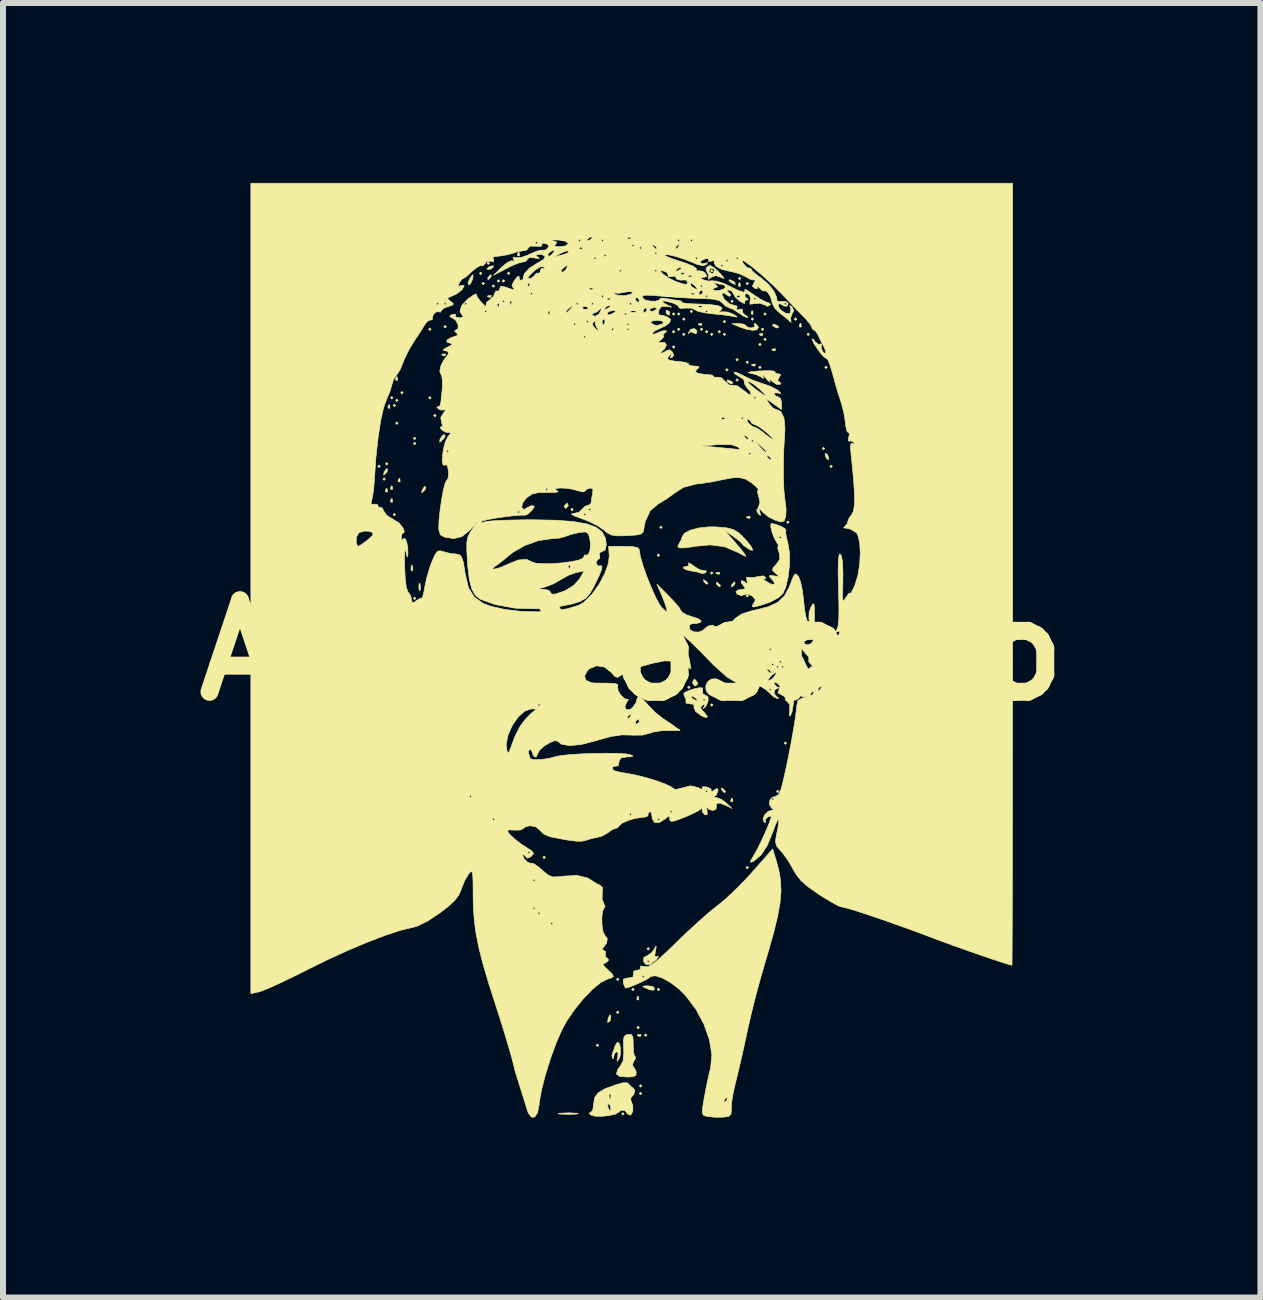
<source format=kicad_pcb>
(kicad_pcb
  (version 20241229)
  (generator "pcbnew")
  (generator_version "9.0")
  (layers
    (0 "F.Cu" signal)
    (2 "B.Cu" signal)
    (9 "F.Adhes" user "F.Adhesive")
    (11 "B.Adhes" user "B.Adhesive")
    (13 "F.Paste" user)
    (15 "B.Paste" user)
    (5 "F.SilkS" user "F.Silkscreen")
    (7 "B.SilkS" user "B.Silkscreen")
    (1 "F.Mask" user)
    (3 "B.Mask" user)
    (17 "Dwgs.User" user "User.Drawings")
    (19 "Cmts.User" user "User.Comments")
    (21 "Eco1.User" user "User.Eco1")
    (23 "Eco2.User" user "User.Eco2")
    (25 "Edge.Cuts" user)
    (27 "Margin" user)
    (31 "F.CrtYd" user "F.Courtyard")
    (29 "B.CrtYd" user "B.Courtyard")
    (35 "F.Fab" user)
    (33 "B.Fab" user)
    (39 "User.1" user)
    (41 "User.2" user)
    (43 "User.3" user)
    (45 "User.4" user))
  (footprint "AkiraYoshino"
    (layer "F.Cu")
    (at 7.482 7.794)
    (property "Reference" "AkiraYoshino" (at 0 0 0) (layer "F.SilkS") (effects (font (size 1.524 1.524) (thickness 0.3))))
    (attr through_hole)
    (fp_poly (pts (xy -4.191 -3.069) (xy -4.212 -3.048) (xy -4.233 -3.069) (xy -4.212 -3.09) (xy -4.191 -3.069)) (stroke (width 0.01) (type solid)) (fill yes) (layer "F.SilkS"))
    (fp_poly (pts (xy -4.106 -2.857) (xy -4.128 -2.836) (xy -4.149 -2.857) (xy -4.128 -2.879) (xy -4.106 -2.857)) (stroke (width 0.01) (type solid)) (fill yes) (layer "F.SilkS"))
    (fp_poly (pts (xy -4.064 -3.111) (xy -4.085 -3.09) (xy -4.106 -3.111) (xy -4.085 -3.133) (xy -4.064 -3.111)) (stroke (width 0.01) (type solid)) (fill yes) (layer "F.SilkS"))
    (fp_poly (pts (xy -3.979 -4.212) (xy -4 -4.191) (xy -4.022 -4.212) (xy -4 -4.233) (xy -3.979 -4.212)) (stroke (width 0.01) (type solid)) (fill yes) (layer "F.SilkS"))
    (fp_poly (pts (xy -3.937 -4.085) (xy -3.958 -4.064) (xy -3.979 -4.085) (xy -3.958 -4.106) (xy -3.937 -4.085)) (stroke (width 0.01) (type solid)) (fill yes) (layer "F.SilkS"))
    (fp_poly (pts (xy -3.937 -2.265) (xy -3.958 -2.244) (xy -3.979 -2.265) (xy -3.958 -2.286) (xy -3.937 -2.265)) (stroke (width 0.01) (type solid)) (fill yes) (layer "F.SilkS"))
    (fp_poly (pts (xy -3.895 -4.17) (xy -3.916 -4.149) (xy -3.937 -4.17) (xy -3.916 -4.191) (xy -3.895 -4.17)) (stroke (width 0.01) (type solid)) (fill yes) (layer "F.SilkS"))
    (fp_poly (pts (xy -3.895 -3.789) (xy -3.916 -3.768) (xy -3.937 -3.789) (xy -3.916 -3.81) (xy -3.895 -3.789)) (stroke (width 0.01) (type solid)) (fill yes) (layer "F.SilkS"))
    (fp_poly (pts (xy -3.81 -4.297) (xy -3.831 -4.276) (xy -3.852 -4.297) (xy -3.831 -4.318) (xy -3.81 -4.297)) (stroke (width 0.01) (type solid)) (fill yes) (layer "F.SilkS"))
    (fp_poly (pts (xy -3.598 -3.535) (xy -3.619 -3.514) (xy -3.641 -3.535) (xy -3.619 -3.556) (xy -3.598 -3.535)) (stroke (width 0.01) (type solid)) (fill yes) (layer "F.SilkS"))
    (fp_poly (pts (xy -3.598 -3.45) (xy -3.619 -3.429) (xy -3.641 -3.45) (xy -3.619 -3.471) (xy -3.598 -3.45)) (stroke (width 0.01) (type solid)) (fill yes) (layer "F.SilkS"))
    (fp_poly (pts (xy -3.598 -0.868) (xy -3.619 -0.847) (xy -3.641 -0.868) (xy -3.619 -0.889) (xy -3.598 -0.868)) (stroke (width 0.01) (type solid)) (fill yes) (layer "F.SilkS"))
    (fp_poly (pts (xy -3.344 -5.355) (xy -3.365 -5.334) (xy -3.387 -5.355) (xy -3.365 -5.376) (xy -3.344 -5.355)) (stroke (width 0.01) (type solid)) (fill yes) (layer "F.SilkS"))
    (fp_poly (pts (xy -3.344 -4.212) (xy -3.365 -4.191) (xy -3.387 -4.212) (xy -3.365 -4.233) (xy -3.344 -4.212)) (stroke (width 0.01) (type solid)) (fill yes) (layer "F.SilkS"))
    (fp_poly (pts (xy -3.26 -3.916) (xy -3.281 -3.895) (xy -3.302 -3.916) (xy -3.281 -3.937) (xy -3.26 -3.916)) (stroke (width 0.01) (type solid)) (fill yes) (layer "F.SilkS"))
    (fp_poly (pts (xy -3.09 -5.397) (xy -3.111 -5.376) (xy -3.133 -5.397) (xy -3.111 -5.419) (xy -3.09 -5.397)) (stroke (width 0.01) (type solid)) (fill yes) (layer "F.SilkS"))
    (fp_poly (pts (xy -2.498 -6.287) (xy -2.519 -6.265) (xy -2.54 -6.287) (xy -2.519 -6.308) (xy -2.498 -6.287)) (stroke (width 0.01) (type solid)) (fill yes) (layer "F.SilkS"))
    (fp_poly (pts (xy -2.455 -6.117) (xy -2.477 -6.096) (xy -2.498 -6.117) (xy -2.477 -6.138) (xy -2.455 -6.117)) (stroke (width 0.01) (type solid)) (fill yes) (layer "F.SilkS"))
    (fp_poly (pts (xy -2.371 -6.456) (xy -2.392 -6.435) (xy -2.413 -6.456) (xy -2.392 -6.477) (xy -2.371 -6.456)) (stroke (width 0.01) (type solid)) (fill yes) (layer "F.SilkS"))
    (fp_poly (pts (xy -2.286 -6.075) (xy -2.307 -6.054) (xy -2.328 -6.075) (xy -2.307 -6.096) (xy -2.286 -6.075)) (stroke (width 0.01) (type solid)) (fill yes) (layer "F.SilkS"))
    (fp_poly (pts (xy -2.201 -6.16) (xy -2.223 -6.138) (xy -2.244 -6.16) (xy -2.223 -6.181) (xy -2.201 -6.16)) (stroke (width 0.01) (type solid)) (fill yes) (layer "F.SilkS"))
    (fp_poly (pts (xy -2.117 -6.16) (xy -2.138 -6.138) (xy -2.159 -6.16) (xy -2.138 -6.181) (xy -2.117 -6.16)) (stroke (width 0.01) (type solid)) (fill yes) (layer "F.SilkS"))
    (fp_poly (pts (xy -2.032 -6.287) (xy -2.053 -6.265) (xy -2.074 -6.287) (xy -2.053 -6.308) (xy -2.032 -6.287)) (stroke (width 0.01) (type solid)) (fill yes) (layer "F.SilkS"))
    (fp_poly (pts (xy -1.82 -6.16) (xy -1.841 -6.138) (xy -1.863 -6.16) (xy -1.841 -6.181) (xy -1.82 -6.16)) (stroke (width 0.01) (type solid)) (fill yes) (layer "F.SilkS"))
    (fp_poly (pts (xy -1.439 3.45) (xy -1.46 3.471) (xy -1.482 3.45) (xy -1.46 3.429) (xy -1.439 3.45)) (stroke (width 0.01) (type solid)) (fill yes) (layer "F.SilkS"))
    (fp_poly (pts (xy -0.974 -2.349) (xy -0.995 -2.328) (xy -1.016 -2.349) (xy -0.995 -2.371) (xy -0.974 -2.349)) (stroke (width 0.01) (type solid)) (fill yes) (layer "F.SilkS"))
    (fp_poly (pts (xy -0.55 6.583) (xy -0.572 6.604) (xy -0.593 6.583) (xy -0.572 6.562) (xy -0.55 6.583)) (stroke (width 0.01) (type solid)) (fill yes) (layer "F.SilkS"))
    (fp_poly (pts (xy -0.212 5.482) (xy -0.233 5.503) (xy -0.254 5.482) (xy -0.233 5.461) (xy -0.212 5.482)) (stroke (width 0.01) (type solid)) (fill yes) (layer "F.SilkS"))
    (fp_poly (pts (xy -0.212 6.032) (xy -0.233 6.054) (xy -0.254 6.032) (xy -0.233 6.011) (xy -0.212 6.032)) (stroke (width 0.01) (type solid)) (fill yes) (layer "F.SilkS"))
    (fp_poly (pts (xy -0.127 7.726) (xy -0.148 7.747) (xy -0.169 7.726) (xy -0.148 7.705) (xy -0.127 7.726)) (stroke (width 0.01) (type solid)) (fill yes) (layer "F.SilkS"))
    (fp_poly (pts (xy 0.042 5.652) (xy 0.021 5.673) (xy 0 5.652) (xy 0.021 5.63) (xy 0.042 5.652)) (stroke (width 0.01) (type solid)) (fill yes) (layer "F.SilkS"))
    (fp_poly (pts (xy 0.127 6.287) (xy 0.106 6.308) (xy 0.085 6.287) (xy 0.106 6.265) (xy 0.127 6.287)) (stroke (width 0.01) (type solid)) (fill yes) (layer "F.SilkS"))
    (fp_poly (pts (xy 0.169 7.26) (xy 0.148 7.281) (xy 0.127 7.26) (xy 0.148 7.239) (xy 0.169 7.26)) (stroke (width 0.01) (type solid)) (fill yes) (layer "F.SilkS"))
    (fp_poly (pts (xy 0.169 7.387) (xy 0.148 7.408) (xy 0.127 7.387) (xy 0.148 7.366) (xy 0.169 7.387)) (stroke (width 0.01) (type solid)) (fill yes) (layer "F.SilkS"))
    (fp_poly (pts (xy 0.254 6.413) (xy 0.233 6.435) (xy 0.212 6.413) (xy 0.233 6.392) (xy 0.254 6.413)) (stroke (width 0.01) (type solid)) (fill yes) (layer "F.SilkS"))
    (fp_poly (pts (xy 0.296 4.974) (xy 0.275 4.995) (xy 0.254 4.974) (xy 0.275 4.953) (xy 0.296 4.974)) (stroke (width 0.01) (type solid)) (fill yes) (layer "F.SilkS"))
    (fp_poly (pts (xy 0.466 -1.587) (xy 0.445 -1.566) (xy 0.423 -1.587) (xy 0.445 -1.609) (xy 0.466 -1.587)) (stroke (width 0.01) (type solid)) (fill yes) (layer "F.SilkS"))
    (fp_poly (pts (xy 0.466 5.652) (xy 0.445 5.673) (xy 0.423 5.652) (xy 0.445 5.63) (xy 0.466 5.652)) (stroke (width 0.01) (type solid)) (fill yes) (layer "F.SilkS"))
    (fp_poly (pts (xy 0.508 -2.053) (xy 0.487 -2.032) (xy 0.466 -2.053) (xy 0.487 -2.074) (xy 0.508 -2.053)) (stroke (width 0.01) (type solid)) (fill yes) (layer "F.SilkS"))
    (fp_poly (pts (xy 0.72 -5.609) (xy 0.699 -5.588) (xy 0.677 -5.609) (xy 0.699 -5.63) (xy 0.72 -5.609)) (stroke (width 0.01) (type solid)) (fill yes) (layer "F.SilkS"))
    (fp_poly (pts (xy 0.72 -5.313) (xy 0.699 -5.292) (xy 0.677 -5.313) (xy 0.699 -5.334) (xy 0.72 -5.313)) (stroke (width 0.01) (type solid)) (fill yes) (layer "F.SilkS"))
    (fp_poly (pts (xy 0.72 -5.059) (xy 0.699 -5.038) (xy 0.677 -5.059) (xy 0.699 -5.08) (xy 0.72 -5.059)) (stroke (width 0.01) (type solid)) (fill yes) (layer "F.SilkS"))
    (fp_poly (pts (xy 0.804 -5.609) (xy 0.783 -5.588) (xy 0.762 -5.609) (xy 0.783 -5.63) (xy 0.804 -5.609)) (stroke (width 0.01) (type solid)) (fill yes) (layer "F.SilkS"))
    (fp_poly (pts (xy 0.804 -5.355) (xy 0.783 -5.334) (xy 0.762 -5.355) (xy 0.783 -5.376) (xy 0.804 -5.355)) (stroke (width 0.01) (type solid)) (fill yes) (layer "F.SilkS"))
    (fp_poly (pts (xy 0.889 -5.524) (xy 0.868 -5.503) (xy 0.847 -5.524) (xy 0.868 -5.546) (xy 0.889 -5.524)) (stroke (width 0.01) (type solid)) (fill yes) (layer "F.SilkS"))
    (fp_poly (pts (xy 0.889 -5.271) (xy 0.868 -5.249) (xy 0.847 -5.271) (xy 0.868 -5.292) (xy 0.889 -5.271)) (stroke (width 0.01) (type solid)) (fill yes) (layer "F.SilkS"))
    (fp_poly (pts (xy 0.974 0.614) (xy 0.953 0.635) (xy 0.931 0.614) (xy 0.953 0.593) (xy 0.974 0.614)) (stroke (width 0.01) (type solid)) (fill yes) (layer "F.SilkS"))
    (fp_poly (pts (xy 1.016 -5.652) (xy 0.995 -5.63) (xy 0.974 -5.652) (xy 0.995 -5.673) (xy 1.016 -5.652)) (stroke (width 0.01) (type solid)) (fill yes) (layer "F.SilkS"))
    (fp_poly (pts (xy 1.185 -5.355) (xy 1.164 -5.334) (xy 1.143 -5.355) (xy 1.164 -5.376) (xy 1.185 -5.355)) (stroke (width 0.01) (type solid)) (fill yes) (layer "F.SilkS"))
    (fp_poly (pts (xy 1.27 -5.313) (xy 1.249 -5.292) (xy 1.228 -5.313) (xy 1.249 -5.334) (xy 1.27 -5.313)) (stroke (width 0.01) (type solid)) (fill yes) (layer "F.SilkS"))
    (fp_poly (pts (xy 1.355 -6.329) (xy 1.333 -6.308) (xy 1.312 -6.329) (xy 1.333 -6.35) (xy 1.355 -6.329)) (stroke (width 0.01) (type solid)) (fill yes) (layer "F.SilkS"))
    (fp_poly (pts (xy 1.355 -5.271) (xy 1.333 -5.249) (xy 1.312 -5.271) (xy 1.333 -5.292) (xy 1.355 -5.271)) (stroke (width 0.01) (type solid)) (fill yes) (layer "F.SilkS"))
    (fp_poly (pts (xy 1.355 -1.291) (xy 1.333 -1.27) (xy 1.312 -1.291) (xy 1.333 -1.312) (xy 1.355 -1.291)) (stroke (width 0.01) (type solid)) (fill yes) (layer "F.SilkS"))
    (fp_poly (pts (xy 1.355 0.91) (xy 1.333 0.931) (xy 1.312 0.91) (xy 1.333 0.889) (xy 1.355 0.91)) (stroke (width 0.01) (type solid)) (fill yes) (layer "F.SilkS"))
    (fp_poly (pts (xy 1.482 -5.313) (xy 1.46 -5.292) (xy 1.439 -5.313) (xy 1.46 -5.334) (xy 1.482 -5.313)) (stroke (width 0.01) (type solid)) (fill yes) (layer "F.SilkS"))
    (fp_poly (pts (xy 1.566 -5.482) (xy 1.545 -5.461) (xy 1.524 -5.482) (xy 1.545 -5.503) (xy 1.566 -5.482)) (stroke (width 0.01) (type solid)) (fill yes) (layer "F.SilkS"))
    (fp_poly (pts (xy 1.566 -5.271) (xy 1.545 -5.249) (xy 1.524 -5.271) (xy 1.545 -5.292) (xy 1.566 -5.271)) (stroke (width 0.01) (type solid)) (fill yes) (layer "F.SilkS"))
    (fp_poly (pts (xy 1.609 -4.678) (xy 1.587 -4.657) (xy 1.566 -4.678) (xy 1.587 -4.699) (xy 1.609 -4.678)) (stroke (width 0.01) (type solid)) (fill yes) (layer "F.SilkS"))
    (fp_poly (pts (xy 1.693 -5.821) (xy 1.672 -5.8) (xy 1.651 -5.821) (xy 1.672 -5.842) (xy 1.693 -5.821)) (stroke (width 0.01) (type solid)) (fill yes) (layer "F.SilkS"))
    (fp_poly (pts (xy 1.778 -4.847) (xy 1.757 -4.826) (xy 1.736 -4.847) (xy 1.757 -4.868) (xy 1.778 -4.847)) (stroke (width 0.01) (type solid)) (fill yes) (layer "F.SilkS"))
    (fp_poly (pts (xy 1.778 -4.508) (xy 1.757 -4.487) (xy 1.736 -4.508) (xy 1.757 -4.53) (xy 1.778 -4.508)) (stroke (width 0.01) (type solid)) (fill yes) (layer "F.SilkS"))
    (fp_poly (pts (xy 1.82 -6.202) (xy 1.799 -6.181) (xy 1.778 -6.202) (xy 1.799 -6.223) (xy 1.82 -6.202)) (stroke (width 0.01) (type solid)) (fill yes) (layer "F.SilkS"))
    (fp_poly (pts (xy 1.947 -6.117) (xy 1.926 -6.096) (xy 1.905 -6.117) (xy 1.926 -6.138) (xy 1.947 -6.117)) (stroke (width 0.01) (type solid)) (fill yes) (layer "F.SilkS"))
    (fp_poly (pts (xy 1.947 -4.805) (xy 1.926 -4.784) (xy 1.905 -4.805) (xy 1.926 -4.826) (xy 1.947 -4.805)) (stroke (width 0.01) (type solid)) (fill yes) (layer "F.SilkS"))
    (fp_poly (pts (xy 1.947 -0.91) (xy 1.926 -0.889) (xy 1.905 -0.91) (xy 1.926 -0.931) (xy 1.947 -0.91)) (stroke (width 0.01) (type solid)) (fill yes) (layer "F.SilkS"))
    (fp_poly (pts (xy 1.947 3.619) (xy 1.926 3.641) (xy 1.905 3.619) (xy 1.926 3.598) (xy 1.947 3.619)) (stroke (width 0.01) (type solid)) (fill yes) (layer "F.SilkS"))
    (fp_poly (pts (xy 1.99 0.656) (xy 1.968 0.677) (xy 1.947 0.656) (xy 1.968 0.635) (xy 1.99 0.656)) (stroke (width 0.01) (type solid)) (fill yes) (layer "F.SilkS"))
    (fp_poly (pts (xy 2.032 -5.524) (xy 2.011 -5.503) (xy 1.99 -5.524) (xy 2.011 -5.546) (xy 2.032 -5.524)) (stroke (width 0.01) (type solid)) (fill yes) (layer "F.SilkS"))
    (fp_poly (pts (xy 2.159 -5.101) (xy 2.138 -5.08) (xy 2.117 -5.101) (xy 2.138 -5.122) (xy 2.159 -5.101)) (stroke (width 0.01) (type solid)) (fill yes) (layer "F.SilkS"))
    (fp_poly (pts (xy 2.159 -4.72) (xy 2.138 -4.699) (xy 2.117 -4.72) (xy 2.138 -4.741) (xy 2.159 -4.72)) (stroke (width 0.01) (type solid)) (fill yes) (layer "F.SilkS"))
    (fp_poly (pts (xy 2.201 -5.355) (xy 2.18 -5.334) (xy 2.159 -5.355) (xy 2.18 -5.376) (xy 2.201 -5.355)) (stroke (width 0.01) (type solid)) (fill yes) (layer "F.SilkS"))
    (fp_poly (pts (xy 2.244 -5.609) (xy 2.223 -5.588) (xy 2.201 -5.609) (xy 2.223 -5.63) (xy 2.244 -5.609)) (stroke (width 0.01) (type solid)) (fill yes) (layer "F.SilkS"))
    (fp_poly (pts (xy 2.244 -5.186) (xy 2.223 -5.165) (xy 2.201 -5.186) (xy 2.223 -5.207) (xy 2.244 -5.186)) (stroke (width 0.01) (type solid)) (fill yes) (layer "F.SilkS"))
    (fp_poly (pts (xy 2.455 2.349) (xy 2.434 2.371) (xy 2.413 2.349) (xy 2.434 2.328) (xy 2.455 2.349)) (stroke (width 0.01) (type solid)) (fill yes) (layer "F.SilkS"))
    (fp_poly (pts (xy 2.582 1.545) (xy 2.561 1.566) (xy 2.54 1.545) (xy 2.561 1.524) (xy 2.582 1.545)) (stroke (width 0.01) (type solid)) (fill yes) (layer "F.SilkS"))
    (fp_poly (pts (xy 2.625 -2.138) (xy 2.603 -2.117) (xy 2.582 -2.138) (xy 2.603 -2.159) (xy 2.625 -2.138)) (stroke (width 0.01) (type solid)) (fill yes) (layer "F.SilkS"))
    (fp_poly (pts (xy 2.752 -5.524) (xy 2.731 -5.503) (xy 2.709 -5.524) (xy 2.731 -5.546) (xy 2.752 -5.524)) (stroke (width 0.01) (type solid)) (fill yes) (layer "F.SilkS"))
    (fp_poly (pts (xy 2.963 -5.271) (xy 2.942 -5.249) (xy 2.921 -5.271) (xy 2.942 -5.292) (xy 2.963 -5.271)) (stroke (width 0.01) (type solid)) (fill yes) (layer "F.SilkS"))
    (fp_poly (pts (xy 3.217 -3.365) (xy 3.196 -3.344) (xy 3.175 -3.365) (xy 3.196 -3.387) (xy 3.217 -3.365)) (stroke (width 0.01) (type solid)) (fill yes) (layer "F.SilkS"))
    (fp_poly (pts (xy 3.26 -4.72) (xy 3.239 -4.699) (xy 3.217 -4.72) (xy 3.239 -4.741) (xy 3.26 -4.72)) (stroke (width 0.01) (type solid)) (fill yes) (layer "F.SilkS"))
    (fp_poly (pts (xy 3.344 -3.069) (xy 3.323 -3.048) (xy 3.302 -3.069) (xy 3.323 -3.09) (xy 3.344 -3.069)) (stroke (width 0.01) (type solid)) (fill yes) (layer "F.SilkS"))
    (fp_poly (pts (xy -4.078 -2.695) (xy -4.073 -2.645) (xy -4.078 -2.639) (xy -4.103 -2.645) (xy -4.106 -2.667) (xy -4.091 -2.702) (xy -4.078 -2.695)) (stroke (width 0.01) (type solid)) (fill yes) (layer "F.SilkS"))
    (fp_poly (pts (xy -4.036 -4.092) (xy -4.031 -4.042) (xy -4.036 -4.036) (xy -4.061 -4.042) (xy -4.064 -4.064) (xy -4.049 -4.099) (xy -4.036 -4.092)) (stroke (width 0.01) (type solid)) (fill yes) (layer "F.SilkS"))
    (fp_poly (pts (xy -3.993 -2.738) (xy -3.988 -2.687) (xy -3.993 -2.681) (xy -4.019 -2.687) (xy -4.022 -2.709) (xy -4.006 -2.744) (xy -3.993 -2.738)) (stroke (width 0.01) (type solid)) (fill yes) (layer "F.SilkS"))
    (fp_poly (pts (xy -3.993 -2.526) (xy -3.988 -2.476) (xy -3.993 -2.469) (xy -4.019 -2.475) (xy -4.022 -2.498) (xy -4.006 -2.533) (xy -3.993 -2.526)) (stroke (width 0.01) (type solid)) (fill yes) (layer "F.SilkS"))
    (fp_poly (pts (xy -3.909 -4.558) (xy -3.904 -4.508) (xy -3.909 -4.501) (xy -3.934 -4.507) (xy -3.937 -4.53) (xy -3.922 -4.565) (xy -3.909 -4.558)) (stroke (width 0.01) (type solid)) (fill yes) (layer "F.SilkS"))
    (fp_poly (pts (xy -3.866 -2.865) (xy -3.861 -2.814) (xy -3.866 -2.808) (xy -3.892 -2.814) (xy -3.895 -2.836) (xy -3.879 -2.871) (xy -3.866 -2.865)) (stroke (width 0.01) (type solid)) (fill yes) (layer "F.SilkS"))
    (fp_poly (pts (xy -3.654 -1.405) (xy -3.649 -1.339) (xy -3.657 -1.324) (xy -3.677 -1.336) (xy -3.68 -1.379) (xy -3.669 -1.425) (xy -3.654 -1.405)) (stroke (width 0.01) (type solid)) (fill yes) (layer "F.SilkS"))
    (fp_poly (pts (xy -3.528 -1.111) (xy -3.522 -1.025) (xy -3.528 -1.005) (xy -3.543 -1) (xy -3.549 -1.058) (xy -3.543 -1.118) (xy -3.528 -1.111)) (stroke (width 0.01) (type solid)) (fill yes) (layer "F.SilkS"))
    (fp_poly (pts (xy -3.104 -4.939) (xy -3.11 -4.914) (xy -3.133 -4.911) (xy -3.168 -4.926) (xy -3.161 -4.939) (xy -3.111 -4.944) (xy -3.104 -4.939)) (stroke (width 0.01) (type solid)) (fill yes) (layer "F.SilkS"))
    (fp_poly (pts (xy -2.342 -5.913) (xy -2.348 -5.887) (xy -2.371 -5.884) (xy -2.406 -5.9) (xy -2.399 -5.913) (xy -2.349 -5.918) (xy -2.342 -5.913)) (stroke (width 0.01) (type solid)) (fill yes) (layer "F.SilkS"))
    (fp_poly (pts (xy -1.877 -6.632) (xy -1.872 -6.582) (xy -1.877 -6.576) (xy -1.902 -6.582) (xy -1.905 -6.604) (xy -1.89 -6.639) (xy -1.877 -6.632)) (stroke (width 0.01) (type solid)) (fill yes) (layer "F.SilkS"))
    (fp_poly (pts (xy 0.113 5.771) (xy 0.118 5.822) (xy 0.113 5.828) (xy 0.088 5.822) (xy 0.085 5.8) (xy 0.1 5.765) (xy 0.113 5.771)) (stroke (width 0.01) (type solid)) (fill yes) (layer "F.SilkS"))
    (fp_poly (pts (xy 0.155 6.406) (xy 0.149 6.432) (xy 0.127 6.435) (xy 0.092 6.419) (xy 0.099 6.406) (xy 0.149 6.401) (xy 0.155 6.406)) (stroke (width 0.01) (type solid)) (fill yes) (layer "F.SilkS"))
    (fp_poly (pts (xy 1.171 -5.447) (xy 1.165 -5.422) (xy 1.143 -5.419) (xy 1.108 -5.434) (xy 1.115 -5.447) (xy 1.165 -5.452) (xy 1.171 -5.447)) (stroke (width 0.01) (type solid)) (fill yes) (layer "F.SilkS"))
    (fp_poly (pts (xy 1.468 -1.298) (xy 1.462 -1.273) (xy 1.439 -1.27) (xy 1.404 -1.285) (xy 1.411 -1.298) (xy 1.461 -1.303) (xy 1.468 -1.298)) (stroke (width 0.01) (type solid)) (fill yes) (layer "F.SilkS"))
    (fp_poly (pts (xy 1.679 2.469) (xy 1.684 2.52) (xy 1.679 2.526) (xy 1.654 2.52) (xy 1.651 2.498) (xy 1.666 2.463) (xy 1.679 2.469)) (stroke (width 0.01) (type solid)) (fill yes) (layer "F.SilkS"))
    (fp_poly (pts (xy 1.806 -6.124) (xy 1.811 -6.074) (xy 1.806 -6.068) (xy 1.781 -6.074) (xy 1.778 -6.096) (xy 1.793 -6.131) (xy 1.806 -6.124)) (stroke (width 0.01) (type solid)) (fill yes) (layer "F.SilkS"))
    (fp_poly (pts (xy 1.976 -2.23) (xy 1.97 -2.204) (xy 1.947 -2.201) (xy 1.912 -2.217) (xy 1.919 -2.23) (xy 1.969 -2.235) (xy 1.976 -2.23)) (stroke (width 0.01) (type solid)) (fill yes) (layer "F.SilkS"))
    (fp_poly (pts (xy 2.018 -5.659) (xy 2.023 -5.608) (xy 2.018 -5.602) (xy 1.993 -5.608) (xy 1.99 -5.63) (xy 2.005 -5.665) (xy 2.018 -5.659)) (stroke (width 0.01) (type solid)) (fill yes) (layer "F.SilkS"))
    (fp_poly (pts (xy 2.06 -4.77) (xy 2.054 -4.744) (xy 2.032 -4.741) (xy 1.997 -4.757) (xy 2.004 -4.77) (xy 2.054 -4.775) (xy 2.06 -4.77)) (stroke (width 0.01) (type solid)) (fill yes) (layer "F.SilkS"))
    (fp_poly (pts (xy 2.187 -5.278) (xy 2.181 -5.252) (xy 2.159 -5.249) (xy 2.124 -5.265) (xy 2.131 -5.278) (xy 2.181 -5.283) (xy 2.187 -5.278)) (stroke (width 0.01) (type solid)) (fill yes) (layer "F.SilkS"))
    (fp_poly (pts (xy 2.399 -5.024) (xy 2.393 -4.998) (xy 2.371 -4.995) (xy 2.336 -5.011) (xy 2.342 -5.024) (xy 2.393 -5.029) (xy 2.399 -5.024)) (stroke (width 0.01) (type solid)) (fill yes) (layer "F.SilkS"))
    (fp_poly (pts (xy 2.822 -5.447) (xy 2.827 -5.397) (xy 2.822 -5.39) (xy 2.797 -5.396) (xy 2.794 -5.419) (xy 2.809 -5.454) (xy 2.822 -5.447)) (stroke (width 0.01) (type solid)) (fill yes) (layer "F.SilkS"))
    (fp_poly (pts (xy 2.907 -0.24) (xy 2.912 -0.19) (xy 2.907 -0.183) (xy 2.882 -0.189) (xy 2.879 -0.212) (xy 2.894 -0.247) (xy 2.907 -0.24)) (stroke (width 0.01) (type solid)) (fill yes) (layer "F.SilkS"))
    (fp_poly (pts (xy -4.077 -2.983) (xy -4.101 -2.952) (xy -4.137 -2.925) (xy -4.128 -2.968) (xy -4.125 -2.976) (xy -4.091 -3.028) (xy -4.072 -3.028) (xy -4.077 -2.983)) (stroke (width 0.01) (type solid)) (fill yes) (layer "F.SilkS"))
    (fp_poly (pts (xy -3.442 -2.687) (xy -3.466 -2.656) (xy -3.502 -2.629) (xy -3.493 -2.671) (xy -3.49 -2.679) (xy -3.456 -2.731) (xy -3.437 -2.732) (xy -3.442 -2.687)) (stroke (width 0.01) (type solid)) (fill yes) (layer "F.SilkS"))
    (fp_poly (pts (xy -2.307 -6.392) (xy -2.353 -6.357) (xy -2.401 -6.351) (xy -2.413 -6.367) (xy -2.38 -6.394) (xy -2.347 -6.408) (xy -2.304 -6.411) (xy -2.307 -6.392)) (stroke (width 0.01) (type solid)) (fill yes) (layer "F.SilkS"))
    (fp_poly (pts (xy -0.348 6.09) (xy -0.357 6.167) (xy -0.374 6.19) (xy -0.402 6.201) (xy -0.394 6.139) (xy -0.392 6.135) (xy -0.367 6.078) (xy -0.348 6.09)) (stroke (width 0.01) (type solid)) (fill yes) (layer "F.SilkS"))
    (fp_poly (pts (xy 1.221 -1.168) (xy 1.266 -1.129) (xy 1.27 -1.119) (xy 1.25 -1.102) (xy 1.208 -1.141) (xy 1.202 -1.15) (xy 1.197 -1.179) (xy 1.221 -1.168)) (stroke (width 0.01) (type solid)) (fill yes) (layer "F.SilkS"))
    (fp_poly (pts (xy 1.433 -1.126) (xy 1.478 -1.087) (xy 1.482 -1.077) (xy 1.462 -1.06) (xy 1.42 -1.099) (xy 1.414 -1.107) (xy 1.409 -1.136) (xy 1.433 -1.126)) (stroke (width 0.01) (type solid)) (fill yes) (layer "F.SilkS"))
    (fp_poly (pts (xy 1.517 2.303) (xy 1.563 2.346) (xy 1.554 2.37) (xy 1.548 2.371) (xy 1.512 2.341) (xy 1.499 2.322) (xy 1.494 2.293) (xy 1.517 2.303)) (stroke (width 0.01) (type solid)) (fill yes) (layer "F.SilkS"))
    (fp_poly (pts (xy 1.628 -4.503) (xy 1.687 -4.469) (xy 1.677 -4.447) (xy 1.653 -4.445) (xy 1.596 -4.476) (xy 1.588 -4.487) (xy 1.595 -4.511) (xy 1.628 -4.503)) (stroke (width 0.01) (type solid)) (fill yes) (layer "F.SilkS"))
    (fp_poly (pts (xy 1.705 -6.15) (xy 1.714 -6.138) (xy 1.729 -6.1) (xy 1.689 -6.115) (xy 1.651 -6.138) (xy 1.618 -6.172) (xy 1.638 -6.18) (xy 1.705 -6.15)) (stroke (width 0.01) (type solid)) (fill yes) (layer "F.SilkS"))
    (fp_poly (pts (xy 2.39 -5.435) (xy 2.449 -5.401) (xy 2.439 -5.379) (xy 2.415 -5.376) (xy 2.358 -5.407) (xy 2.35 -5.418) (xy 2.357 -5.442) (xy 2.39 -5.435)) (stroke (width 0.01) (type solid)) (fill yes) (layer "F.SilkS"))
    (fp_poly (pts (xy 3.258 -3.271) (xy 3.274 -3.24) (xy 3.285 -3.181) (xy 3.257 -3.192) (xy 3.237 -3.22) (xy 3.224 -3.276) (xy 3.229 -3.285) (xy 3.258 -3.271)) (stroke (width 0.01) (type solid)) (fill yes) (layer "F.SilkS"))
    (fp_poly (pts (xy -3.109 -3.573) (xy -3.133 -3.535) (xy -3.183 -3.482) (xy -3.2 -3.471) (xy -3.2 -3.503) (xy -3.19 -3.535) (xy -3.146 -3.591) (xy -3.123 -3.598) (xy -3.109 -3.573)) (stroke (width 0.01) (type solid)) (fill yes) (layer "F.SilkS"))
    (fp_poly (pts (xy -2.645 -6.231) (xy -2.655 -6.181) (xy -2.689 -6.112) (xy -2.716 -6.096) (xy -2.729 -6.127) (xy -2.709 -6.181) (xy -2.668 -6.247) (xy -2.648 -6.265) (xy -2.645 -6.231)) (stroke (width 0.01) (type solid)) (fill yes) (layer "F.SilkS"))
    (fp_poly (pts (xy -2.342 -6.238) (xy -2.349 -6.223) (xy -2.389 -6.183) (xy -2.397 -6.181) (xy -2.4 -6.208) (xy -2.392 -6.223) (xy -2.352 -6.263) (xy -2.345 -6.265) (xy -2.342 -6.238)) (stroke (width 0.01) (type solid)) (fill yes) (layer "F.SilkS"))
    (fp_poly (pts (xy -1.059 -2.423) (xy -1.058 -2.413) (xy -1.091 -2.372) (xy -1.103 -2.371) (xy -1.128 -2.397) (xy -1.122 -2.413) (xy -1.084 -2.453) (xy -1.077 -2.455) (xy -1.059 -2.423)) (stroke (width 0.01) (type solid)) (fill yes) (layer "F.SilkS"))
    (fp_poly (pts (xy 0.349 5.602) (xy 0.381 5.63) (xy 0.364 5.666) (xy 0.302 5.657) (xy 0.233 5.63) (xy 0.183 5.604) (xy 0.206 5.594) (xy 0.265 5.591) (xy 0.349 5.602)) (stroke (width 0.01) (type solid)) (fill yes) (layer "F.SilkS"))
    (fp_poly (pts (xy 0.633 -5.642) (xy 0.635 -5.63) (xy 0.621 -5.589) (xy 0.616 -5.588) (xy 0.58 -5.618) (xy 0.572 -5.63) (xy 0.575 -5.669) (xy 0.59 -5.673) (xy 0.633 -5.642)) (stroke (width 0.01) (type solid)) (fill yes) (layer "F.SilkS"))
    (fp_poly (pts (xy 1.058 0.487) (xy 1.099 0.541) (xy 1.101 0.553) (xy 1.068 0.592) (xy 1.058 0.593) (xy 1.021 0.558) (xy 1.016 0.527) (xy 1.037 0.483) (xy 1.058 0.487)) (stroke (width 0.01) (type solid)) (fill yes) (layer "F.SilkS"))
    (fp_poly (pts (xy 1.722 -1.116) (xy 1.714 -1.101) (xy 1.675 -1.06) (xy 1.667 -1.058) (xy 1.664 -1.086) (xy 1.672 -1.101) (xy 1.712 -1.141) (xy 1.719 -1.143) (xy 1.722 -1.116)) (stroke (width 0.01) (type solid)) (fill yes) (layer "F.SilkS"))
    (fp_poly (pts (xy -0.921 7.716) (xy -0.889 7.725) (xy -0.932 7.731) (xy -1.041 7.733) (xy -1.058 7.733) (xy -1.175 7.731) (xy -1.226 7.726) (xy -1.204 7.717) (xy -1.196 7.716) (xy -1.047 7.709) (xy -0.921 7.716)) (stroke (width 0.01) (type solid)) (fill yes) (layer "F.SilkS"))
    (fp_poly (pts (xy 1.084 -5.333) (xy 1.087 -5.315) (xy 1.071 -5.275) (xy 1.034 -5.294) (xy 0.979 -5.314) (xy 0.96 -5.292) (xy 0.946 -5.281) (xy 0.949 -5.301) (xy 0.986 -5.354) (xy 1.045 -5.366) (xy 1.084 -5.333)) (stroke (width 0.01) (type solid)) (fill yes) (layer "F.SilkS"))
    (fp_poly (pts (xy 2.068 -5.444) (xy 2.115 -5.389) (xy 2.087 -5.347) (xy 2.021 -5.336) (xy 1.914 -5.354) (xy 1.799 -5.393) (xy 1.672 -5.448) (xy 1.789 -5.449) (xy 1.873 -5.439) (xy 1.905 -5.413) (xy 1.941 -5.384) (xy 1.992 -5.376) (xy 2.052 -5.393) (xy 2.049 -5.425) (xy 2.044 -5.454) (xy 2.068 -5.444)) (stroke (width 0.01) (type solid)) (fill yes) (layer "F.SilkS"))
    (fp_poly (pts (xy 1.01 -1.425) (xy 1.034 -1.407) (xy 1.121 -1.351) (xy 1.182 -1.333) (xy 1.187 -1.335) (xy 1.238 -1.328) (xy 1.244 -1.32) (xy 1.229 -1.293) (xy 1.176 -1.282) (xy 1.132 -1.295) (xy 1.086 -1.309) (xy 1.006 -1.322) (xy 0.914 -1.343) (xy 0.861 -1.37) (xy 0.863 -1.391) (xy 0.906 -1.397) (xy 0.955 -1.417) (xy 0.946 -1.449) (xy 0.953 -1.461) (xy 1.01 -1.425)) (stroke (width 0.01) (type solid)) (fill yes) (layer "F.SilkS"))
    (fp_poly (pts (xy -0.214 6.541) (xy -0.193 6.599) (xy -0.185 6.684) (xy -0.196 6.768) (xy -0.21 6.802) (xy -0.243 6.85) (xy -0.243 6.824) (xy -0.232 6.784) (xy -0.228 6.709) (xy -0.251 6.689) (xy -0.29 6.723) (xy -0.296 6.759) (xy -0.308 6.806) (xy -0.323 6.803) (xy -0.33 6.748) (xy -0.316 6.701) (xy -0.286 6.624) (xy -0.279 6.597) (xy -0.249 6.543) (xy -0.245 6.539) (xy -0.214 6.541)) (stroke (width 0.01) (type solid)) (fill yes) (layer "F.SilkS"))
    (fp_poly (pts (xy 0.408 4.945) (xy 0.395 5.012) (xy 0.384 5.094) (xy 0.406 5.111) (xy 0.428 5.1) (xy 0.446 5.101) (xy 0.412 5.151) (xy 0.406 5.157) (xy 0.312 5.235) (xy 0.236 5.237) (xy 0.198 5.186) (xy 0.254 5.186) (xy 0.275 5.207) (xy 0.296 5.186) (xy 0.275 5.165) (xy 0.254 5.186) (xy 0.198 5.186) (xy 0.195 5.182) (xy 0.203 5.117) (xy 0.249 5.094) (xy 0.331 5.041) (xy 0.375 4.981) (xy 0.405 4.927) (xy 0.408 4.945)) (stroke (width 0.01) (type solid)) (fill yes) (layer "F.SilkS"))
    (fp_poly (pts (xy 1.38 -6.376) (xy 1.45 -6.309) (xy 1.524 -6.229) (xy 1.539 -6.2) (xy 1.498 -6.215) (xy 1.49 -6.219) (xy 1.399 -6.25) (xy 1.326 -6.221) (xy 1.32 -6.217) (xy 1.277 -6.188) (xy 1.28 -6.199) (xy 1.284 -6.258) (xy 1.263 -6.295) (xy 1.254 -6.318) (xy 1.288 -6.318) (xy 1.293 -6.304) (xy 1.345 -6.283) (xy 1.358 -6.289) (xy 1.379 -6.34) (xy 1.374 -6.354) (xy 1.322 -6.375) (xy 1.309 -6.369) (xy 1.288 -6.318) (xy 1.254 -6.318) (xy 1.236 -6.36) (xy 1.263 -6.402) (xy 1.31 -6.417) (xy 1.38 -6.376)) (stroke (width 0.01) (type solid)) (fill yes) (layer "F.SilkS"))
    (fp_poly (pts (xy -0.006 6.403) (xy 0.019 6.442) (xy 0.025 6.539) (xy 0.025 6.581) (xy 0.03 6.695) (xy 0.047 6.764) (xy 0.058 6.773) (xy 0.066 6.799) (xy 0.04 6.84) (xy 0.01 6.907) (xy 0.024 6.935) (xy 0.065 6.998) (xy 0.076 7.038) (xy 0.069 7.086) (xy 0.012 7.108) (xy -0.083 7.112) (xy -0.204 7.101) (xy -0.252 7.065) (xy -0.254 7.052) (xy -0.226 6.974) (xy -0.187 6.925) (xy -0.144 6.845) (xy -0.132 6.711) (xy -0.135 6.636) (xy -0.139 6.505) (xy -0.126 6.436) (xy -0.09 6.407) (xy -0.06 6.401) (xy -0.006 6.403)) (stroke (width 0.01) (type solid)) (fill yes) (layer "F.SilkS"))
    (fp_poly (pts (xy 2.356 -4.66) (xy 2.386 -4.647) (xy 2.385 -4.646) (xy 2.402 -4.619) (xy 2.437 -4.614) (xy 2.484 -4.602) (xy 2.459 -4.555) (xy 2.432 -4.501) (xy 2.462 -4.478) (xy 2.489 -4.45) (xy 2.471 -4.434) (xy 2.411 -4.438) (xy 2.351 -4.479) (xy 2.3 -4.52) (xy 2.299 -4.5) (xy 2.305 -4.487) (xy 2.303 -4.472) (xy 2.258 -4.513) (xy 2.244 -4.53) (xy 2.192 -4.583) (xy 2.18 -4.581) (xy 2.185 -4.572) (xy 2.199 -4.531) (xy 2.162 -4.554) (xy 2.157 -4.558) (xy 2.071 -4.599) (xy 1.968 -4.623) (xy 1.94 -4.634) (xy 1.987 -4.646) (xy 2.103 -4.657) (xy 2.123 -4.659) (xy 2.262 -4.664) (xy 2.356 -4.66)) (stroke (width 0.01) (type solid)) (fill yes) (layer "F.SilkS"))
    (fp_poly (pts (xy 1.41 -2.059) (xy 1.576 -2.045) (xy 1.686 -2.018) (xy 1.77 -1.97) (xy 1.827 -1.921) (xy 1.919 -1.824) (xy 1.987 -1.738) (xy 1.997 -1.722) (xy 2.019 -1.669) (xy 1.986 -1.673) (xy 1.953 -1.69) (xy 1.874 -1.743) (xy 1.843 -1.776) (xy 1.794 -1.825) (xy 1.704 -1.894) (xy 1.681 -1.91) (xy 1.545 -2.004) (xy 1.674 -1.859) (xy 1.79 -1.726) (xy 1.869 -1.627) (xy 1.902 -1.574) (xy 1.9 -1.568) (xy 1.856 -1.588) (xy 1.778 -1.63) (xy 1.551 -1.728) (xy 1.31 -1.76) (xy 1.068 -1.737) (xy 0.897 -1.711) (xy 0.798 -1.709) (xy 0.766 -1.733) (xy 0.791 -1.782) (xy 0.795 -1.788) (xy 0.833 -1.859) (xy 0.837 -1.884) (xy 0.873 -1.949) (xy 0.974 -2.004) (xy 1.124 -2.043) (xy 1.303 -2.061) (xy 1.41 -2.059)) (stroke (width 0.01) (type solid)) (fill yes) (layer "F.SilkS"))
    (fp_poly (pts (xy 1.179 0.626) (xy 1.179 0.628) (xy 1.185 0.721) (xy 1.231 0.752) (xy 1.238 0.751) (xy 1.273 0.774) (xy 1.274 0.84) (xy 1.246 0.916) (xy 1.218 0.953) (xy 1.192 0.969) (xy 1.207 0.935) (xy 1.218 0.896) (xy 1.192 0.906) (xy 1.149 0.942) (xy 1.162 0.983) (xy 1.212 1.036) (xy 1.262 1.102) (xy 1.244 1.122) (xy 1.164 1.091) (xy 1.065 1.017) (xy 1.035 0.945) (xy 1.042 0.923) (xy 1.024 0.897) (xy 0.969 0.889) (xy 0.907 0.879) (xy 0.903 0.861) (xy 0.905 0.81) (xy 0.887 0.78) (xy 0.886 0.779) (xy 0.986 0.779) (xy 1.016 0.804) (xy 1.084 0.842) (xy 1.093 0.828) (xy 1.091 0.826) (xy 1.185 0.826) (xy 1.206 0.847) (xy 1.228 0.826) (xy 1.206 0.804) (xy 1.185 0.826) (xy 1.091 0.826) (xy 1.079 0.804) (xy 1.018 0.764) (xy 1.003 0.763) (xy 0.986 0.779) (xy 0.886 0.779) (xy 0.866 0.722) (xy 0.888 0.699) (xy 0.965 0.664) (xy 1.06 0.635) (xy 1.142 0.62) (xy 1.179 0.626)) (stroke (width 0.01) (type solid)) (fill yes) (layer "F.SilkS"))
    (fp_poly (pts (xy -0.075 7.208) (xy -0.045 7.235) (xy 0.007 7.288) (xy 0.026 7.296) (xy 0.05 7.332) (xy 0.038 7.396) (xy -0.001 7.442) (xy -0.004 7.444) (xy -0.021 7.484) (xy -0.011 7.507) (xy 0.019 7.593) (xy 0.018 7.682) (xy -0.01 7.74) (xy -0.03 7.747) (xy -0.08 7.721) (xy -0.085 7.705) (xy -0.116 7.669) (xy -0.177 7.667) (xy -0.219 7.699) (xy -0.269 7.73) (xy -0.372 7.754) (xy -0.496 7.767) (xy -0.609 7.765) (xy -0.677 7.748) (xy -0.712 7.713) (xy -0.688 7.705) (xy -0.65 7.667) (xy -0.635 7.565) (xy -0.635 7.561) (xy -0.634 7.557) (xy -0.402 7.557) (xy -0.394 7.619) (xy -0.392 7.623) (xy -0.367 7.68) (xy -0.348 7.668) (xy -0.357 7.591) (xy -0.374 7.568) (xy -0.402 7.557) (xy -0.634 7.557) (xy -0.619 7.456) (xy -0.597 7.426) (xy -0.378 7.426) (xy -0.37 7.481) (xy -0.355 7.482) (xy -0.345 7.425) (xy -0.352 7.4) (xy -0.371 7.384) (xy -0.378 7.426) (xy -0.597 7.426) (xy -0.56 7.376) (xy -0.445 7.307) (xy -0.261 7.24) (xy -0.141 7.207) (xy -0.075 7.208)) (stroke (width 0.01) (type solid)) (fill yes) (layer "F.SilkS"))
    (fp_poly (pts (xy 2.401 -2.103) (xy 2.486 -2.07) (xy 2.553 -2.033) (xy 2.57 -2.006) (xy 2.567 -1.955) (xy 2.587 -1.853) (xy 2.603 -1.793) (xy 2.63 -1.628) (xy 2.631 -1.427) (xy 2.608 -1.223) (xy 2.565 -1.046) (xy 2.52 -0.948) (xy 2.445 -0.88) (xy 2.323 -0.813) (xy 2.259 -0.788) (xy 2.108 -0.74) (xy 2.026 -0.723) (xy 2.005 -0.739) (xy 2.033 -0.784) (xy 2.062 -0.843) (xy 2.023 -0.896) (xy 2.007 -0.909) (xy 1.93 -0.941) (xy 1.889 -0.932) (xy 1.826 -0.913) (xy 1.76 -0.937) (xy 1.736 -0.978) (xy 1.771 -1.008) (xy 1.829 -1.016) (xy 1.891 -1.025) (xy 1.878 -1.06) (xy 1.871 -1.067) (xy 1.826 -1.13) (xy 1.828 -1.166) (xy 1.872 -1.152) (xy 1.885 -1.142) (xy 1.93 -1.112) (xy 1.926 -1.148) (xy 1.92 -1.164) (xy 1.913 -1.219) (xy 1.951 -1.218) (xy 2.036 -1.216) (xy 2.105 -1.232) (xy 2.195 -1.243) (xy 2.228 -1.22) (xy 2.23 -1.192) (xy 2.197 -1.203) (xy 2.18 -1.205) (xy 2.22 -1.167) (xy 2.302 -1.115) (xy 2.364 -1.098) (xy 2.386 -1.116) (xy 2.353 -1.167) (xy 2.295 -1.232) (xy 2.306 -1.253) (xy 2.381 -1.242) (xy 2.447 -1.231) (xy 2.437 -1.252) (xy 2.399 -1.285) (xy 2.348 -1.334) (xy 2.355 -1.377) (xy 2.409 -1.435) (xy 2.468 -1.518) (xy 2.464 -1.606) (xy 2.456 -1.629) (xy 2.434 -1.707) (xy 2.44 -1.736) (xy 2.442 -1.762) (xy 2.424 -1.789) (xy 2.38 -1.867) (xy 2.373 -1.884) (xy 2.455 -1.884) (xy 2.477 -1.863) (xy 2.498 -1.884) (xy 2.477 -1.905) (xy 2.455 -1.884) (xy 2.373 -1.884) (xy 2.341 -1.966) (xy 2.319 -2.058) (xy 2.32 -2.112) (xy 2.328 -2.117) (xy 2.401 -2.103)) (stroke (width 0.01) (type solid)) (fill yes) (layer "F.SilkS"))
    (fp_poly (pts (xy 2.404 3.486) (xy 2.453 3.665) (xy 2.482 3.835) (xy 2.489 4.01) (xy 2.473 4.205) (xy 2.433 4.431) (xy 2.367 4.703) (xy 2.273 5.035) (xy 2.222 5.207) (xy 2.143 5.48) (xy 2.062 5.781) (xy 1.989 6.074) (xy 1.932 6.324) (xy 1.928 6.343) (xy 1.876 6.584) (xy 1.82 6.834) (xy 1.767 7.061) (xy 1.731 7.204) (xy 1.692 7.376) (xy 1.667 7.526) (xy 1.66 7.629) (xy 1.662 7.644) (xy 1.654 7.735) (xy 1.62 7.766) (xy 1.526 7.782) (xy 1.392 7.783) (xy 1.262 7.77) (xy 1.224 7.761) (xy 1.191 7.744) (xy 1.177 7.701) (xy 1.183 7.616) (xy 1.197 7.533) (xy 1.534 7.533) (xy 1.54 7.535) (xy 1.579 7.506) (xy 1.587 7.493) (xy 1.598 7.453) (xy 1.592 7.451) (xy 1.554 7.48) (xy 1.545 7.493) (xy 1.534 7.533) (xy 1.197 7.533) (xy 1.207 7.469) (xy 1.213 7.438) (xy 1.248 7.256) (xy 1.286 7.08) (xy 1.316 6.956) (xy 1.336 6.741) (xy 1.296 6.494) (xy 1.205 6.234) (xy 1.069 5.981) (xy 0.898 5.754) (xy 0.796 5.652) (xy 0.651 5.539) (xy 0.51 5.461) (xy 0.392 5.424) (xy 0.314 5.436) (xy 0.302 5.449) (xy 0.254 5.482) (xy 0.158 5.53) (xy 0.045 5.58) (xy -0.053 5.618) (xy -0.102 5.63) (xy -0.123 5.595) (xy -0.139 5.546) (xy -0.14 5.482) (xy -0.08 5.462) (xy -0.055 5.461) (xy 0.021 5.447) (xy 0.022 5.44) (xy 0.169 5.44) (xy 0.191 5.461) (xy 0.212 5.44) (xy 0.191 5.419) (xy 0.169 5.44) (xy 0.022 5.44) (xy 0.027 5.399) (xy 0.027 5.397) (xy 0.034 5.346) (xy 0.088 5.334) (xy 0.147 5.317) (xy 0.145 5.287) (xy 0.149 5.259) (xy 0.21 5.27) (xy 0.256 5.274) (xy 0.314 5.251) (xy 0.393 5.195) (xy 0.506 5.097) (xy 0.661 4.95) (xy 0.755 4.858) (xy 0.937 4.684) (xy 1.121 4.516) (xy 1.287 4.37) (xy 1.417 4.263) (xy 1.442 4.245) (xy 1.569 4.14) (xy 1.727 3.992) (xy 1.894 3.823) (xy 2.014 3.691) (xy 2.349 3.31) (xy 2.404 3.486)) (stroke (width 0.01) (type solid)) (fill yes) (layer "F.SilkS"))
    (fp_poly (pts (xy 6.35 -1.27) (xy 6.35 -0.534) (xy 6.35 0.178) (xy 6.349 0.863) (xy 6.349 1.515) (xy 6.348 2.13) (xy 6.348 2.703) (xy 6.347 3.23) (xy 6.346 3.706) (xy 6.345 4.127) (xy 6.344 4.488) (xy 6.343 4.785) (xy 6.342 5.012) (xy 6.341 5.166) (xy 6.34 5.242) (xy 6.339 5.249) (xy 6.283 5.235) (xy 6.163 5.197) (xy 5.994 5.141) (xy 5.793 5.072) (xy 5.573 4.995) (xy 5.352 4.916) (xy 5.143 4.84) (xy 5.016 4.792) (xy 4.75 4.692) (xy 4.479 4.594) (xy 4.217 4.501) (xy 3.976 4.419) (xy 3.77 4.351) (xy 3.611 4.303) (xy 3.514 4.278) (xy 3.494 4.276) (xy 3.437 4.254) (xy 3.328 4.195) (xy 3.187 4.11) (xy 3.119 4.066) (xy 2.943 3.943) (xy 2.822 3.838) (xy 2.738 3.73) (xy 2.694 3.653) (xy 2.613 3.512) (xy 2.523 3.386) (xy 2.484 3.342) (xy 2.415 3.261) (xy 2.396 3.184) (xy 2.414 3.069) (xy 2.415 3.067) (xy 2.446 2.91) (xy 2.453 2.828) (xy 2.436 2.824) (xy 2.399 2.9) (xy 2.356 3.015) (xy 2.263 3.245) (xy 2.161 3.405) (xy 2.041 3.508) (xy 2.02 3.52) (xy 1.981 3.533) (xy 1.987 3.5) (xy 2.039 3.41) (xy 2.051 3.391) (xy 2.105 3.293) (xy 2.17 3.159) (xy 2.236 3.014) (xy 2.29 2.883) (xy 2.323 2.789) (xy 2.328 2.764) (xy 2.296 2.768) (xy 2.265 2.779) (xy 2.224 2.821) (xy 2.229 2.847) (xy 2.23 2.872) (xy 2.209 2.862) (xy 2.188 2.81) (xy 2.217 2.74) (xy 2.276 2.683) (xy 2.328 2.666) (xy 2.368 2.658) (xy 2.335 2.63) (xy 2.294 2.567) (xy 2.304 2.492) (xy 2.319 2.477) (xy 2.328 2.477) (xy 2.349 2.498) (xy 2.371 2.477) (xy 2.349 2.455) (xy 2.328 2.477) (xy 2.319 2.477) (xy 2.354 2.443) (xy 2.383 2.44) (xy 2.445 2.409) (xy 2.494 2.3) (xy 2.497 2.288) (xy 2.538 2.122) (xy 2.584 1.913) (xy 2.63 1.682) (xy 2.674 1.45) (xy 2.711 1.235) (xy 2.737 1.059) (xy 2.75 0.94) (xy 2.751 0.924) (xy 2.773 0.831) (xy 2.847 0.792) (xy 2.942 0.774) (xy 2.848 0.768) (xy 2.823 0.759) (xy 2.974 0.759) (xy 2.98 0.762) (xy 3.018 0.732) (xy 3.027 0.72) (xy 3.038 0.68) (xy 3.032 0.677) (xy 2.993 0.707) (xy 2.985 0.72) (xy 2.974 0.759) (xy 2.823 0.759) (xy 2.78 0.745) (xy 2.779 0.699) (xy 2.778 0.675) (xy 3.101 0.675) (xy 3.107 0.677) (xy 3.145 0.648) (xy 3.154 0.635) (xy 3.165 0.595) (xy 3.159 0.593) (xy 3.12 0.622) (xy 3.111 0.635) (xy 3.101 0.675) (xy 2.778 0.675) (xy 2.777 0.644) (xy 2.756 0.635) (xy 2.718 0.671) (xy 2.706 0.73) (xy 2.695 0.89) (xy 2.673 1.018) (xy 2.646 1.091) (xy 2.642 1.095) (xy 2.628 1.079) (xy 2.634 1.005) (xy 2.635 1.002) (xy 2.633 0.897) (xy 2.599 0.86) (xy 2.559 0.822) (xy 2.562 0.803) (xy 2.546 0.765) (xy 2.496 0.74) (xy 2.437 0.706) (xy 2.454 0.658) (xy 2.472 0.596) (xy 2.435 0.551) (xy 2.392 0.529) (xy 3.217 0.529) (xy 3.239 0.55) (xy 3.26 0.529) (xy 3.239 0.508) (xy 3.217 0.529) (xy 2.392 0.529) (xy 2.382 0.524) (xy 2.371 0.542) (xy 2.404 0.596) (xy 2.424 0.607) (xy 2.455 0.626) (xy 2.424 0.632) (xy 2.378 0.665) (xy 2.378 0.727) (xy 2.423 0.776) (xy 2.424 0.776) (xy 2.451 0.796) (xy 2.427 0.801) (xy 2.366 0.773) (xy 2.3 0.709) (xy 2.24 0.656) (xy 2.286 0.656) (xy 2.307 0.677) (xy 2.328 0.656) (xy 2.307 0.635) (xy 2.286 0.656) (xy 2.24 0.656) (xy 2.239 0.655) (xy 2.154 0.601) (xy 2.065 0.557) (xy 1.995 0.532) (xy 1.965 0.539) (xy 1.971 0.554) (xy 1.959 0.587) (xy 1.927 0.593) (xy 1.769 0.554) (xy 1.662 0.487) (xy 2.275 0.487) (xy 2.281 0.508) (xy 2.336 0.479) (xy 2.37 0.445) (xy 2.625 0.445) (xy 2.646 0.466) (xy 2.667 0.445) (xy 2.646 0.423) (xy 2.625 0.445) (xy 2.37 0.445) (xy 2.372 0.443) (xy 2.411 0.381) (xy 2.395 0.369) (xy 2.336 0.412) (xy 2.318 0.43) (xy 2.275 0.487) (xy 1.662 0.487) (xy 1.581 0.437) (xy 1.438 0.308) (xy 2.25 0.308) (xy 2.261 0.332) (xy 2.303 0.378) (xy 2.328 0.368) (xy 2.328 0.362) (xy 2.306 0.336) (xy 2.625 0.336) (xy 2.643 0.381) (xy 2.682 0.367) (xy 2.717 0.307) (xy 2.722 0.286) (xy 2.735 0.264) (xy 2.747 0.317) (xy 2.752 0.381) (xy 2.761 0.483) (xy 2.769 0.504) (xy 2.78 0.449) (xy 2.78 0.445) (xy 2.801 0.311) (xy 2.82 0.212) (xy 2.844 0.106) (xy 2.9 0.233) (xy 2.938 0.303) (xy 2.959 0.311) (xy 2.96 0.304) (xy 2.991 0.27) (xy 3.016 0.276) (xy 3.031 0.276) (xy 2.996 0.242) (xy 2.95 0.184) (xy 2.953 0.151) (xy 2.95 0.106) (xy 2.915 0.07) (xy 2.845 -0.014) (xy 2.823 -0.065) (xy 2.806 -0.11) (xy 2.801 -0.077) (xy 2.801 -0.042) (xy 2.8 0.088) (xy 2.788 0.148) (xy 2.761 0.153) (xy 2.754 0.149) (xy 2.709 0.162) (xy 2.659 0.225) (xy 2.628 0.307) (xy 2.625 0.336) (xy 2.306 0.336) (xy 2.298 0.327) (xy 2.279 0.313) (xy 2.25 0.308) (xy 1.438 0.308) (xy 1.401 0.275) (xy 2.413 0.275) (xy 2.434 0.296) (xy 2.455 0.275) (xy 2.498 0.275) (xy 2.519 0.296) (xy 2.54 0.275) (xy 2.519 0.254) (xy 2.498 0.275) (xy 2.455 0.275) (xy 2.434 0.254) (xy 2.413 0.275) (xy 1.401 0.275) (xy 1.366 0.244) (xy 1.355 0.233) (xy 2.328 0.233) (xy 2.349 0.254) (xy 2.371 0.233) (xy 2.349 0.212) (xy 2.328 0.233) (xy 1.355 0.233) (xy 1.33 0.206) (xy 1.314 0.191) (xy 2.455 0.191) (xy 2.477 0.212) (xy 2.498 0.191) (xy 2.477 0.169) (xy 2.455 0.191) (xy 1.314 0.191) (xy 1.136 0.008) (xy 1.106 -0.021) (xy 2.286 -0.021) (xy 2.307 0) (xy 2.328 -0.021) (xy 2.307 -0.042) (xy 2.286 -0.021) (xy 1.106 -0.021) (xy 0.973 -0.151) (xy 0.848 -0.263) (xy 0.768 -0.324) (xy 0.74 -0.331) (xy 0.751 -0.289) (xy 0.798 -0.202) (xy 0.83 -0.154) (xy 0.904 -0.017) (xy 0.956 0.126) (xy 0.962 0.157) (xy 0.987 0.311) (xy 0.886 0.24) (xy 0.739 0.182) (xy 0.546 0.174) (xy 0.338 0.216) (xy 0.222 0.25) (xy 0.133 0.272) (xy 0.127 0.273) (xy -0.055 0.335) (xy -0.18 0.415) (xy -0.235 0.451) (xy -0.284 0.432) (xy -0.341 0.366) (xy -0.454 0.277) (xy -0.584 0.256) (xy -0.705 0.304) (xy -0.735 0.333) (xy -0.787 0.427) (xy -0.762 0.499) (xy -0.666 0.539) (xy -0.6 0.544) (xy -0.418 0.545) (xy -0.305 0.55) (xy -0.248 0.56) (xy -0.23 0.579) (xy -0.235 0.605) (xy -0.228 0.67) (xy -0.182 0.746) (xy -0.121 0.804) (xy -0.067 0.818) (xy -0.061 0.814) (xy -0.053 0.817) (xy -0.082 0.859) (xy -0.115 0.94) (xy -0.09 0.989) (xy -0.026 0.984) (xy 0.015 0.952) (xy 0.071 0.872) (xy 0.085 0.822) (xy 0.103 0.767) (xy 0.159 0.788) (xy 0.251 0.884) (xy 0.271 0.909) (xy 0.387 1.029) (xy 0.52 1.135) (xy 0.544 1.15) (xy 0.644 1.215) (xy 0.71 1.263) (xy 0.72 1.272) (xy 0.775 1.31) (xy 0.804 1.322) (xy 0.802 1.333) (xy 0.732 1.337) (xy 0.637 1.336) (xy 0.486 1.34) (xy 0.355 1.361) (xy 0.304 1.379) (xy 0.183 1.411) (xy 0.014 1.413) (xy -0.015 1.411) (xy -0.171 1.408) (xy -0.342 1.434) (xy -0.557 1.493) (xy -0.585 1.502) (xy -0.839 1.568) (xy -1.037 1.588) (xy -1.175 1.562) (xy -1.234 1.513) (xy -1.282 1.504) (xy -1.366 1.537) (xy -1.46 1.594) (xy -1.535 1.66) (xy -1.566 1.718) (xy -1.566 1.718) (xy -1.59 1.772) (xy -1.609 1.778) (xy -1.646 1.744) (xy -1.651 1.714) (xy -1.676 1.658) (xy -1.698 1.651) (xy -1.725 1.682) (xy -1.719 1.718) (xy -1.697 1.785) (xy -1.693 1.803) (xy -1.657 1.819) (xy -1.566 1.821) (xy -1.45 1.811) (xy -1.338 1.79) (xy -1.283 1.774) (xy -1.192 1.754) (xy -1.039 1.738) (xy -0.846 1.725) (xy -0.634 1.717) (xy -0.424 1.714) (xy -0.237 1.717) (xy -0.094 1.725) (xy -0.021 1.739) (xy 0.022 1.762) (xy -0.007 1.772) (xy -0.074 1.775) (xy -0.172 1.789) (xy -0.209 1.833) (xy -0.212 1.865) (xy -0.227 1.924) (xy -0.251 1.928) (xy -0.305 1.933) (xy -0.317 1.947) (xy -0.322 1.983) (xy -0.276 2.011) (xy -0.165 2.036) (xy -0.064 2.052) (xy 0.086 2.082) (xy 0.255 2.125) (xy 0.422 2.177) (xy 0.563 2.229) (xy 0.658 2.274) (xy 0.682 2.294) (xy 0.729 2.32) (xy 0.821 2.298) (xy 0.832 2.294) (xy 0.982 2.257) (xy 1.108 2.287) (xy 1.139 2.304) (xy 1.179 2.319) (xy 1.172 2.299) (xy 1.184 2.272) (xy 1.25 2.276) (xy 1.321 2.307) (xy 1.325 2.344) (xy 1.328 2.36) (xy 1.368 2.334) (xy 1.423 2.298) (xy 1.439 2.324) (xy 1.439 2.341) (xy 1.41 2.411) (xy 1.386 2.427) (xy 1.373 2.446) (xy 1.409 2.452) (xy 1.493 2.482) (xy 1.579 2.545) (xy 1.672 2.635) (xy 1.58 2.588) (xy 1.47 2.545) (xy 1.412 2.553) (xy 1.412 2.603) (xy 1.403 2.652) (xy 1.349 2.668) (xy 1.285 2.65) (xy 1.253 2.614) (xy 1.243 2.607) (xy 1.254 2.661) (xy 1.26 2.734) (xy 1.224 2.742) (xy 1.222 2.741) (xy 1.177 2.691) (xy 1.177 2.665) (xy 1.173 2.633) (xy 1.135 2.656) (xy 1.066 2.697) (xy 0.948 2.752) (xy 0.857 2.79) (xy 0.731 2.837) (xy 0.664 2.852) (xy 0.638 2.836) (xy 0.635 2.808) (xy 0.629 2.762) (xy 0.596 2.776) (xy 0.558 2.809) (xy 0.456 2.872) (xy 0.379 2.868) (xy 0.35 2.815) (xy 0.423 2.815) (xy 0.445 2.836) (xy 0.466 2.815) (xy 0.445 2.794) (xy 0.423 2.815) (xy 0.35 2.815) (xy 0.34 2.798) (xy 0.339 2.77) (xy 0.325 2.698) (xy 0.296 2.689) (xy 0.269 2.735) (xy 0.273 2.748) (xy 0.251 2.772) (xy 0.171 2.785) (xy 0.166 2.785) (xy 0.052 2.801) (xy -0.068 2.838) (xy -0.165 2.883) (xy -0.211 2.926) (xy -0.212 2.931) (xy -0.245 2.962) (xy -0.261 2.963) (xy -0.329 2.99) (xy -0.387 3.033) (xy -0.489 3.093) (xy -0.56 3.113) (xy -0.679 3.139) (xy -0.757 3.164) (xy -0.824 3.18) (xy -0.914 3.181) (xy -1.044 3.166) (xy -1.23 3.132) (xy -1.366 3.105) (xy -1.469 3.06) (xy -1.527 3.001) (xy -1.595 2.942) (xy -1.692 2.922) (xy -1.778 2.943) (xy -1.802 2.967) (xy -1.86 2.995) (xy -1.952 2.996) (xy -2.039 2.991) (xy -2.074 3.006) (xy -2.042 3.058) (xy -1.959 3.138) (xy -1.845 3.226) (xy -1.745 3.291) (xy -1.659 3.349) (xy -1.638 3.388) (xy -1.672 3.429) (xy -1.674 3.431) (xy -1.735 3.465) (xy -1.776 3.433) (xy -1.781 3.426) (xy -1.813 3.397) (xy -1.82 3.413) (xy -1.794 3.472) (xy -1.738 3.528) (xy -1.683 3.551) (xy -1.669 3.545) (xy -1.627 3.558) (xy -1.548 3.615) (xy -1.497 3.659) (xy -1.398 3.742) (xy -1.317 3.776) (xy -1.212 3.773) (xy -1.15 3.764) (xy -0.912 3.75) (xy -0.734 3.794) (xy -0.677 3.83) (xy -0.581 3.89) (xy -0.539 3.908) (xy -0.486 3.953) (xy -0.49 4.042) (xy -0.491 4.042) (xy -0.494 4.147) (xy -0.468 4.209) (xy -0.444 4.271) (xy -0.459 4.293) (xy -0.487 4.351) (xy -0.499 4.458) (xy -0.495 4.582) (xy -0.478 4.691) (xy -0.447 4.754) (xy -0.44 4.758) (xy -0.407 4.807) (xy -0.421 4.885) (xy -0.476 4.957) (xy -0.484 4.963) (xy -0.499 4.99) (xy -0.472 4.995) (xy -0.434 5.025) (xy -0.439 5.059) (xy -0.438 5.113) (xy -0.418 5.122) (xy -0.389 5.152) (xy -0.393 5.175) (xy -0.445 5.217) (xy -0.471 5.217) (xy -0.481 5.233) (xy -0.437 5.288) (xy -0.413 5.31) (xy -0.327 5.391) (xy -0.305 5.436) (xy -0.346 5.463) (xy -0.403 5.479) (xy -0.518 5.537) (xy -0.659 5.654) (xy -0.81 5.811) (xy -0.958 5.993) (xy -1.087 6.184) (xy -1.159 6.314) (xy -1.259 6.543) (xy -1.355 6.806) (xy -1.439 7.076) (xy -1.504 7.327) (xy -1.541 7.535) (xy -1.545 7.578) (xy -1.57 7.708) (xy -1.617 7.779) (xy -1.672 7.782) (xy -1.725 7.711) (xy -1.73 7.697) (xy -1.942 7.022) (xy -1.968 6.915) (xy -2.004 6.775) (xy -2.062 6.576) (xy -2.133 6.338) (xy -2.213 6.084) (xy -2.264 5.927) (xy -2.386 5.545) (xy -2.48 5.226) (xy -2.549 4.953) (xy -2.597 4.712) (xy -2.618 4.551) (xy -1.355 4.551) (xy -1.333 4.572) (xy -1.312 4.551) (xy -1.333 4.53) (xy -1.355 4.551) (xy -2.618 4.551) (xy -2.626 4.486) (xy -2.633 4.381) (xy -1.566 4.381) (xy -1.545 4.403) (xy -1.524 4.381) (xy -1.545 4.36) (xy -1.566 4.381) (xy -2.633 4.381) (xy -2.638 4.297) (xy -1.651 4.297) (xy -1.63 4.318) (xy -1.609 4.297) (xy -1.63 4.276) (xy -1.651 4.297) (xy -2.638 4.297) (xy -2.641 4.258) (xy -2.644 4.093) (xy -2.645 3.894) (xy -2.647 3.831) (xy -1.651 3.831) (xy -1.63 3.852) (xy -1.609 3.831) (xy -1.63 3.81) (xy -1.651 3.831) (xy -2.647 3.831) (xy -2.649 3.767) (xy -2.658 3.701) (xy -2.675 3.684) (xy -2.701 3.706) (xy -2.719 3.727) (xy -2.781 3.829) (xy -2.835 3.961) (xy -2.842 3.983) (xy -2.884 4.081) (xy -2.957 4.175) (xy -3.075 4.281) (xy -3.192 4.371) (xy -3.406 4.514) (xy -3.584 4.6) (xy -3.662 4.62) (xy -3.851 4.665) (xy -4.1 4.747) (xy -4.395 4.859) (xy -4.722 4.997) (xy -5.066 5.154) (xy -5.397 5.317) (xy -5.626 5.431) (xy -5.838 5.533) (xy -6.017 5.615) (xy -6.15 5.671) (xy -6.212 5.692) (xy -6.35 5.722) (xy -6.35 3.365) (xy -1.736 3.365) (xy -1.714 3.387) (xy -1.693 3.365) (xy -1.714 3.344) (xy -1.736 3.365) (xy -6.35 3.365) (xy -6.35 2.815) (xy -2.328 2.815) (xy -2.307 2.836) (xy -2.286 2.815) (xy -2.307 2.794) (xy -2.328 2.815) (xy -6.35 2.815) (xy -6.35 2.731) (xy -0.042 2.731) (xy -0.021 2.752) (xy 0 2.731) (xy -0.021 2.709) (xy -0.042 2.731) (xy -6.35 2.731) (xy -6.35 2.688) (xy 0.635 2.688) (xy 0.656 2.709) (xy 0.677 2.688) (xy 0.656 2.667) (xy 0.635 2.688) (xy -6.35 2.688) (xy -6.35 2.434) (xy -2.709 2.434) (xy -2.688 2.455) (xy -2.667 2.434) (xy -2.688 2.413) (xy -2.709 2.434) (xy -6.35 2.434) (xy -6.35 2.349) (xy 1.228 2.349) (xy 1.249 2.371) (xy 1.27 2.349) (xy 1.249 2.328) (xy 1.228 2.349) (xy -6.35 2.349) (xy -6.35 1.564) (xy -2.093 1.564) (xy -2.084 1.659) (xy -2.066 1.706) (xy -2.044 1.69) (xy -2.01 1.605) (xy -1.997 1.565) (xy -1.939 1.417) (xy -1.869 1.28) (xy -1.85 1.249) (xy -1.801 1.185) (xy 0.064 1.185) (xy 0.067 1.224) (xy 0.082 1.228) (xy 0.125 1.197) (xy 0.127 1.185) (xy 0.113 1.144) (xy 0.108 1.143) (xy 0.072 1.173) (xy 0.064 1.185) (xy -1.801 1.185) (xy -1.766 1.14) (xy -0.074 1.14) (xy -0.068 1.143) (xy -0.03 1.113) (xy -0.021 1.101) (xy -0.01 1.061) (xy -0.016 1.058) (xy -0.055 1.088) (xy -0.064 1.101) (xy -0.074 1.14) (xy -1.766 1.14) (xy -1.765 1.139) (xy -1.678 1.05) (xy -1.676 1.049) (xy -1.587 0.976) (xy -1.674 0.975) (xy -1.784 1.012) (xy -1.894 1.111) (xy -1.991 1.25) (xy -2.061 1.409) (xy -2.093 1.564) (xy -6.35 1.564) (xy -6.35 0.91) (xy -1.566 0.91) (xy -1.545 0.931) (xy -1.524 0.91) (xy -1.545 0.889) (xy -1.566 0.91) (xy -6.35 0.91) (xy -6.35 -1.805) (xy -4.595 -1.805) (xy -4.574 -1.744) (xy -4.557 -1.736) (xy -4.519 -1.758) (xy -4.44 -1.814) (xy -4.411 -1.835) (xy -4.323 -1.914) (xy -4.313 -1.964) (xy -4.384 -1.987) (xy -4.447 -1.99) (xy -4.545 -1.966) (xy -4.586 -1.898) (xy -4.595 -1.805) (xy -6.35 -1.805) (xy -6.35 -2.441) (xy -4.347 -2.441) (xy -4.314 -2.434) (xy -4.3 -2.439) (xy -4.243 -2.438) (xy -4.233 -2.415) (xy -4.21 -2.384) (xy -4.196 -2.389) (xy -4.157 -2.374) (xy -4.136 -2.325) (xy -4.082 -2.25) (xy -3.986 -2.191) (xy -3.986 -2.191) (xy -3.88 -2.126) (xy -3.813 -2.042) (xy -3.79 -1.976) (xy -3.801 -1.963) (xy -3.83 -1.945) (xy -3.842 -1.892) (xy -3.838 -1.835) (xy -3.814 -1.856) (xy -3.782 -1.869) (xy -3.753 -1.816) (xy -3.734 -1.718) (xy -3.731 -1.609) (xy -3.738 -1.557) (xy -3.751 -1.582) (xy -3.766 -1.651) (xy -3.778 -1.682) (xy -3.785 -1.635) (xy -3.788 -1.517) (xy -3.786 -1.402) (xy -3.776 -1.197) (xy -3.758 -1.053) (xy -3.733 -0.98) (xy -3.728 -0.975) (xy -3.685 -0.912) (xy -3.672 -0.855) (xy -3.659 -0.793) (xy -3.621 -0.806) (xy -3.597 -0.827) (xy -3.533 -0.867) (xy -3.505 -0.866) (xy -3.486 -0.89) (xy -3.465 -0.975) (xy -3.453 -1.046) (xy -3.418 -1.21) (xy -3.364 -1.392) (xy -3.336 -1.468) (xy -3.282 -1.591) (xy -3.24 -1.651) (xy -3.195 -1.662) (xy -3.145 -1.648) (xy -3.022 -1.616) (xy -2.942 -1.609) (xy -2.881 -1.6) (xy -2.84 -1.564) (xy -2.81 -1.482) (xy -2.785 -1.339) (xy -2.775 -1.269) (xy -2.722 -1.046) (xy -2.624 -0.888) (xy -2.472 -0.781) (xy -2.362 -0.74) (xy -2.12 -0.684) (xy -1.849 -0.652) (xy -1.57 -0.644) (xy -1.303 -0.659) (xy -1.066 -0.696) (xy -0.88 -0.755) (xy -0.804 -0.798) (xy -0.672 -0.925) (xy -0.549 -1.095) (xy -0.449 -1.281) (xy -0.387 -1.459) (xy -0.375 -1.577) (xy -0.385 -1.736) (xy -0.129 -1.736) (xy 0.017 -1.731) (xy 0.096 -1.715) (xy 0.125 -1.683) (xy 0.127 -1.668) (xy 0.144 -1.565) (xy 0.189 -1.412) (xy 0.252 -1.231) (xy 0.326 -1.048) (xy 0.4 -0.884) (xy 0.465 -0.763) (xy 0.497 -0.72) (xy 0.566 -0.655) (xy 0.589 -0.65) (xy 0.581 -0.699) (xy 0.551 -0.792) (xy 0.502 -0.916) (xy 0.49 -0.944) (xy 0.42 -1.105) (xy 0.623 -0.902) (xy 0.723 -0.796) (xy 0.792 -0.713) (xy 0.815 -0.671) (xy 0.815 -0.671) (xy 0.84 -0.636) (xy 0.914 -0.594) (xy 0.974 -0.573) (xy 1.106 -0.53) (xy 1.158 -0.493) (xy 1.142 -0.465) (xy 1.061 -0.446) (xy 1.036 -0.451) (xy 0.979 -0.436) (xy 0.959 -0.405) (xy 0.97 -0.346) (xy 1.032 -0.311) (xy 1.116 -0.305) (xy 1.191 -0.336) (xy 1.207 -0.354) (xy 1.273 -0.406) (xy 1.346 -0.422) (xy 1.393 -0.398) (xy 1.397 -0.378) (xy 1.426 -0.37) (xy 1.499 -0.407) (xy 1.524 -0.423) (xy 1.606 -0.473) (xy 1.65 -0.484) (xy 1.652 -0.479) (xy 1.675 -0.481) (xy 1.726 -0.534) (xy 1.83 -0.606) (xy 2.005 -0.662) (xy 2.049 -0.671) (xy 2.277 -0.728) (xy 2.438 -0.804) (xy 2.549 -0.911) (xy 2.629 -1.062) (xy 2.641 -1.094) (xy 2.688 -1.217) (xy 2.719 -1.272) (xy 2.748 -1.27) (xy 2.782 -1.228) (xy 2.815 -1.143) (xy 2.845 -1.004) (xy 2.866 -0.837) (xy 2.867 -0.823) (xy 2.884 -0.667) (xy 2.907 -0.545) (xy 2.93 -0.482) (xy 2.934 -0.479) (xy 2.96 -0.488) (xy 2.954 -0.537) (xy 2.957 -0.638) (xy 2.989 -0.724) (xy 3.021 -0.776) (xy 3.038 -0.774) (xy 3.045 -0.706) (xy 3.046 -0.6) (xy 3.045 -0.471) (xy 3.031 -0.408) (xy 2.999 -0.394) (xy 2.963 -0.402) (xy 2.882 -0.397) (xy 2.843 -0.327) (xy 2.851 -0.203) (xy 2.854 -0.19) (xy 2.888 -0.104) (xy 2.942 -0.093) (xy 3.001 -0.123) (xy 3.039 -0.189) (xy 3.034 -0.229) (xy 3.025 -0.273) (xy 3.053 -0.297) (xy 3.136 -0.31) (xy 3.23 -0.315) (xy 3.314 -0.308) (xy 3.334 -0.268) (xy 3.33 -0.245) (xy 3.329 -0.179) (xy 3.373 -0.181) (xy 3.421 -0.22) (xy 3.465 -0.283) (xy 3.463 -0.321) (xy 3.418 -0.312) (xy 3.387 -0.299) (xy 3.413 -0.339) (xy 3.417 -0.344) (xy 3.439 -0.4) (xy 3.452 -0.509) (xy 3.455 -0.68) (xy 3.451 -0.924) (xy 3.448 -1.008) (xy 3.441 -1.28) (xy 3.444 -1.471) (xy 3.455 -1.581) (xy 3.47 -1.609) (xy 3.497 -1.577) (xy 3.514 -1.477) (xy 3.521 -1.304) (xy 3.519 -1.053) (xy 3.518 -1.016) (xy 3.516 -0.886) (xy 3.522 -0.83) (xy 3.541 -0.836) (xy 3.575 -0.889) (xy 3.62 -0.951) (xy 3.641 -0.954) (xy 3.642 -0.953) (xy 3.658 -0.962) (xy 3.696 -1.033) (xy 3.725 -1.101) (xy 3.772 -1.257) (xy 3.801 -1.441) (xy 3.81 -1.63) (xy 3.8 -1.799) (xy 3.77 -1.924) (xy 3.743 -1.965) (xy 3.648 -2.022) (xy 3.585 -2.035) (xy 3.533 -2.045) (xy 3.545 -2.06) (xy 3.595 -2.116) (xy 3.598 -2.138) (xy 3.626 -2.212) (xy 3.666 -2.263) (xy 3.698 -2.325) (xy 3.714 -2.438) (xy 3.714 -2.609) (xy 3.699 -2.845) (xy 3.669 -3.156) (xy 3.658 -3.254) (xy 3.647 -3.386) (xy 3.654 -3.447) (xy 3.681 -3.451) (xy 3.685 -3.449) (xy 3.719 -3.44) (xy 3.708 -3.465) (xy 3.655 -3.495) (xy 3.633 -3.488) (xy 3.608 -3.495) (xy 3.619 -3.556) (xy 3.63 -3.62) (xy 3.613 -3.629) (xy 3.589 -3.652) (xy 3.569 -3.736) (xy 3.565 -3.782) (xy 3.542 -3.937) (xy 3.5 -4.106) (xy 3.487 -4.148) (xy 3.439 -4.296) (xy 3.386 -4.479) (xy 3.349 -4.614) (xy 3.309 -4.749) (xy 3.273 -4.84) (xy 3.248 -4.869) (xy 3.248 -4.868) (xy 3.211 -4.888) (xy 3.15 -4.955) (xy 3.084 -5.045) (xy 3.03 -5.132) (xy 3.007 -5.192) (xy 3.007 -5.194) (xy 3.025 -5.192) (xy 3.052 -5.153) (xy 3.106 -5.105) (xy 3.142 -5.107) (xy 3.169 -5.11) (xy 3.163 -5.095) (xy 3.16 -5.04) (xy 3.185 -4.98) (xy 3.221 -4.95) (xy 3.234 -4.956) (xy 3.231 -5.003) (xy 3.195 -5.081) (xy 3.139 -5.187) (xy 3.107 -5.26) (xy 3.067 -5.322) (xy 3.043 -5.334) (xy 3.007 -5.367) (xy 3.006 -5.378) (xy 2.978 -5.434) (xy 2.91 -5.517) (xy 2.889 -5.539) (xy 2.803 -5.627) (xy 2.683 -5.752) (xy 2.554 -5.889) (xy 2.536 -5.908) (xy 2.367 -6.079) (xy 2.188 -6.244) (xy 2.022 -6.385) (xy 1.888 -6.482) (xy 1.874 -6.491) (xy 1.837 -6.506) (xy 1.852 -6.468) (xy 1.869 -6.441) (xy 1.922 -6.383) (xy 1.956 -6.376) (xy 1.988 -6.368) (xy 1.99 -6.358) (xy 2.022 -6.314) (xy 2.105 -6.245) (xy 2.161 -6.206) (xy 2.28 -6.105) (xy 2.372 -5.988) (xy 2.419 -5.879) (xy 2.421 -5.834) (xy 2.45 -5.817) (xy 2.498 -5.821) (xy 2.574 -5.816) (xy 2.612 -5.783) (xy 2.588 -5.74) (xy 2.586 -5.738) (xy 2.531 -5.743) (xy 2.519 -5.757) (xy 2.472 -5.779) (xy 2.54 -5.779) (xy 2.561 -5.757) (xy 2.582 -5.779) (xy 2.561 -5.8) (xy 2.54 -5.779) (xy 2.472 -5.779) (xy 2.466 -5.781) (xy 2.449 -5.775) (xy 2.444 -5.731) (xy 2.495 -5.666) (xy 2.579 -5.614) (xy 2.639 -5.62) (xy 2.655 -5.678) (xy 2.646 -5.709) (xy 2.635 -5.754) (xy 2.67 -5.728) (xy 2.673 -5.726) (xy 2.703 -5.665) (xy 2.679 -5.625) (xy 2.649 -5.548) (xy 2.653 -5.509) (xy 2.657 -5.469) (xy 2.639 -5.484) (xy 2.582 -5.537) (xy 2.49 -5.608) (xy 2.475 -5.618) (xy 2.388 -5.702) (xy 2.342 -5.789) (xy 2.34 -5.799) (xy 2.317 -5.887) (xy 2.274 -5.962) (xy 2.228 -5.998) (xy 2.21 -5.992) (xy 2.171 -6.003) (xy 2.128 -6.044) (xy 2.092 -6.081) (xy 2.095 -6.065) (xy 2.093 -6.03) (xy 2.054 -6.038) (xy 2.011 -6.073) (xy 2.036 -6.122) (xy 2.064 -6.171) (xy 2.022 -6.179) (xy 2.009 -6.177) (xy 1.96 -6.195) (xy 1.89 -6.236) (xy 1.782 -6.285) (xy 1.648 -6.318) (xy 1.638 -6.32) (xy 1.503 -6.352) (xy 1.408 -6.402) (xy 1.401 -6.413) (xy 1.482 -6.413) (xy 1.503 -6.392) (xy 1.524 -6.413) (xy 1.503 -6.435) (xy 1.482 -6.413) (xy 1.401 -6.413) (xy 1.372 -6.459) (xy 1.378 -6.481) (xy 1.368 -6.498) (xy 1.566 -6.498) (xy 1.587 -6.477) (xy 1.609 -6.498) (xy 1.587 -6.519) (xy 1.566 -6.498) (xy 1.368 -6.498) (xy 1.367 -6.5) (xy 1.329 -6.49) (xy 1.279 -6.484) (xy 1.284 -6.508) (xy 1.278 -6.537) (xy 1.228 -6.532) (xy 1.159 -6.496) (xy 1.143 -6.468) (xy 1.175 -6.445) (xy 1.217 -6.454) (xy 1.264 -6.465) (xy 1.243 -6.434) (xy 1.189 -6.413) (xy 1.095 -6.434) (xy 1.011 -6.469) (xy 0.875 -6.523) (xy 0.821 -6.54) (xy 1.058 -6.54) (xy 1.079 -6.519) (xy 1.101 -6.54) (xy 1.736 -6.54) (xy 1.757 -6.519) (xy 1.778 -6.54) (xy 1.757 -6.562) (xy 1.736 -6.54) (xy 1.101 -6.54) (xy 1.079 -6.562) (xy 1.058 -6.54) (xy 0.821 -6.54) (xy 0.739 -6.567) (xy 0.627 -6.594) (xy 0.56 -6.598) (xy 0.55 -6.589) (xy 0.587 -6.565) (xy 0.677 -6.53) (xy 0.709 -6.52) (xy 0.904 -6.456) (xy 1.023 -6.407) (xy 1.076 -6.368) (xy 1.077 -6.346) (xy 1.086 -6.325) (xy 1.113 -6.331) (xy 1.185 -6.321) (xy 1.226 -6.288) (xy 1.256 -6.237) (xy 1.216 -6.223) (xy 1.201 -6.222) (xy 1.149 -6.215) (xy 1.176 -6.187) (xy 1.185 -6.182) (xy 1.277 -6.158) (xy 1.334 -6.163) (xy 1.419 -6.156) (xy 1.542 -6.115) (xy 1.622 -6.077) (xy 1.779 -6) (xy 1.869 -5.972) (xy 1.892 -5.992) (xy 1.882 -6.015) (xy 1.895 -6.019) (xy 1.961 -5.98) (xy 2.034 -5.93) (xy 2.147 -5.856) (xy 2.24 -5.809) (xy 2.274 -5.8) (xy 2.312 -5.776) (xy 2.306 -5.755) (xy 2.258 -5.736) (xy 2.219 -5.76) (xy 2.133 -5.788) (xy 2.05 -5.782) (xy 1.973 -5.772) (xy 1.969 -5.8) (xy 1.981 -5.863) (xy 2.032 -5.863) (xy 2.053 -5.842) (xy 2.074 -5.863) (xy 2.053 -5.884) (xy 2.032 -5.863) (xy 1.981 -5.863) (xy 1.982 -5.869) (xy 1.959 -5.931) (xy 1.913 -5.951) (xy 1.901 -5.945) (xy 1.881 -5.907) (xy 1.911 -5.88) (xy 1.946 -5.85) (xy 1.913 -5.843) (xy 1.88 -5.816) (xy 1.887 -5.795) (xy 1.877 -5.783) (xy 1.816 -5.814) (xy 1.804 -5.821) (xy 1.726 -5.89) (xy 1.714 -5.913) (xy 1.75 -5.913) (xy 1.756 -5.887) (xy 1.778 -5.884) (xy 1.813 -5.9) (xy 1.806 -5.913) (xy 1.756 -5.918) (xy 1.75 -5.913) (xy 1.714 -5.913) (xy 1.693 -5.952) (xy 1.693 -5.953) (xy 1.659 -6.001) (xy 1.619 -6.008) (xy 1.579 -5.997) (xy 1.598 -5.983) (xy 1.647 -5.936) (xy 1.651 -5.918) (xy 1.626 -5.903) (xy 1.586 -5.928) (xy 1.521 -5.965) (xy 1.503 -5.941) (xy 1.538 -5.866) (xy 1.549 -5.85) (xy 1.628 -5.78) (xy 1.698 -5.757) (xy 1.757 -5.74) (xy 1.752 -5.708) (xy 1.75 -5.676) (xy 1.794 -5.686) (xy 1.843 -5.693) (xy 1.843 -5.675) (xy 1.854 -5.625) (xy 1.894 -5.592) (xy 1.936 -5.558) (xy 1.926 -5.548) (xy 1.866 -5.572) (xy 1.779 -5.629) (xy 1.778 -5.63) (xy 1.688 -5.689) (xy 1.622 -5.714) (xy 1.622 -5.714) (xy 1.558 -5.746) (xy 1.516 -5.789) (xy 1.463 -5.831) (xy 1.371 -5.855) (xy 1.22 -5.866) (xy 1.164 -5.867) (xy 0.97 -5.874) (xy 0.74 -5.887) (xy 0.522 -5.905) (xy 0.513 -5.905) (xy 0.512 -5.905) (xy 1.228 -5.905) (xy 1.249 -5.884) (xy 1.27 -5.905) (xy 1.249 -5.927) (xy 1.228 -5.905) (xy 0.512 -5.905) (xy 0.338 -5.92) (xy 0.234 -5.923) (xy 0.184 -5.912) (xy 0.176 -5.886) (xy 0.178 -5.88) (xy 0.223 -5.844) (xy 0.309 -5.824) (xy 0.398 -5.822) (xy 0.458 -5.841) (xy 0.466 -5.858) (xy 0.501 -5.875) (xy 0.582 -5.866) (xy 0.697 -5.844) (xy 0.773 -5.837) (xy 0.828 -5.824) (xy 0.831 -5.808) (xy 0.86 -5.793) (xy 0.954 -5.781) (xy 1.092 -5.776) (xy 1.097 -5.776) (xy 1.309 -5.767) (xy 1.447 -5.746) (xy 1.507 -5.714) (xy 1.486 -5.672) (xy 1.48 -5.668) (xy 1.447 -5.639) (xy 1.489 -5.643) (xy 1.503 -5.647) (xy 1.6 -5.642) (xy 1.693 -5.606) (xy 1.756 -5.565) (xy 1.746 -5.557) (xy 1.712 -5.565) (xy 1.624 -5.581) (xy 1.485 -5.599) (xy 1.353 -5.611) (xy 1.209 -5.63) (xy 1.116 -5.652) (xy 1.228 -5.652) (xy 1.249 -5.63) (xy 1.27 -5.652) (xy 1.249 -5.673) (xy 1.228 -5.652) (xy 1.116 -5.652) (xy 1.1 -5.655) (xy 1.054 -5.68) (xy 0.996 -5.707) (xy 0.897 -5.707) (xy 0.896 -5.707) (xy 0.813 -5.703) (xy 0.785 -5.718) (xy 0.786 -5.72) (xy 0.772 -5.743) (xy 1.115 -5.743) (xy 1.121 -5.718) (xy 1.143 -5.715) (xy 1.178 -5.73) (xy 1.171 -5.743) (xy 1.121 -5.748) (xy 1.115 -5.743) (xy 0.772 -5.743) (xy 0.766 -5.754) (xy 0.686 -5.792) (xy 0.572 -5.823) (xy 0.561 -5.825) (xy 0.511 -5.823) (xy 0.529 -5.795) (xy 0.603 -5.755) (xy 0.664 -5.726) (xy 0.649 -5.723) (xy 0.587 -5.735) (xy 0.498 -5.736) (xy 0.456 -5.683) (xy 0.454 -5.674) (xy 0.447 -5.608) (xy 0.459 -5.594) (xy 0.517 -5.585) (xy 0.579 -5.567) (xy 0.646 -5.523) (xy 0.635 -5.466) (xy 0.549 -5.404) (xy 0.485 -5.376) (xy 0.39 -5.33) (xy 0.341 -5.289) (xy 0.339 -5.282) (xy 0.369 -5.271) (xy 0.421 -5.29) (xy 0.502 -5.324) (xy 0.563 -5.334) (xy 0.582 -5.321) (xy 0.55 -5.292) (xy 0.516 -5.257) (xy 0.529 -5.249) (xy 0.533 -5.226) (xy 0.487 -5.179) (xy 0.436 -5.134) (xy 0.454 -5.129) (xy 0.475 -5.136) (xy 0.552 -5.137) (xy 0.579 -5.09) (xy 0.545 -5.024) (xy 0.528 -5.01) (xy 0.483 -4.967) (xy 0.491 -4.953) (xy 0.557 -4.98) (xy 0.578 -4.997) (xy 0.634 -5.013) (xy 0.673 -4.98) (xy 0.702 -4.921) (xy 0.673 -4.887) (xy 0.642 -4.88) (xy 0.656 -4.915) (xy 0.672 -4.952) (xy 0.637 -4.925) (xy 0.633 -4.922) (xy 0.596 -4.873) (xy 0.619 -4.842) (xy 0.712 -4.824) (xy 0.792 -4.817) (xy 0.894 -4.803) (xy 0.945 -4.782) (xy 0.946 -4.773) (xy 0.967 -4.75) (xy 1.045 -4.741) (xy 1.12 -4.734) (xy 1.118 -4.712) (xy 1.102 -4.701) (xy 1.061 -4.654) (xy 1.099 -4.621) (xy 1.213 -4.603) (xy 1.243 -4.602) (xy 1.335 -4.591) (xy 1.372 -4.569) (xy 1.371 -4.564) (xy 1.384 -4.548) (xy 1.419 -4.557) (xy 1.498 -4.545) (xy 1.552 -4.49) (xy 1.628 -4.424) (xy 1.683 -4.422) (xy 1.76 -4.411) (xy 1.86 -4.341) (xy 1.87 -4.333) (xy 1.952 -4.27) (xy 1.991 -4.27) (xy 1.972 -4.322) (xy 1.923 -4.378) (xy 1.88 -4.445) (xy 1.88 -4.481) (xy 1.877 -4.487) (xy 1.939 -4.487) (xy 1.941 -4.465) (xy 1.998 -4.409) (xy 2.056 -4.362) (xy 2.175 -4.276) (xy 2.234 -4.241) (xy 2.231 -4.258) (xy 2.165 -4.326) (xy 2.127 -4.362) (xy 2.032 -4.439) (xy 1.957 -4.483) (xy 1.939 -4.487) (xy 1.877 -4.487) (xy 1.863 -4.522) (xy 1.792 -4.567) (xy 1.721 -4.609) (xy 1.704 -4.639) (xy 1.75 -4.633) (xy 1.839 -4.593) (xy 1.868 -4.577) (xy 2.009 -4.509) (xy 2.165 -4.454) (xy 2.181 -4.449) (xy 2.312 -4.404) (xy 2.42 -4.348) (xy 2.435 -4.337) (xy 2.487 -4.29) (xy 2.473 -4.284) (xy 2.445 -4.292) (xy 2.384 -4.293) (xy 2.371 -4.274) (xy 2.405 -4.238) (xy 2.434 -4.233) (xy 2.485 -4.196) (xy 2.498 -4.125) (xy 2.498 -4.016) (xy 2.236 -4.202) (xy 2.292 -4.112) (xy 2.352 -4.043) (xy 2.395 -4.022) (xy 2.485 -3.984) (xy 2.539 -3.874) (xy 2.555 -3.699) (xy 2.551 -3.619) (xy 2.536 -3.369) (xy 2.529 -3.111) (xy 2.53 -2.867) (xy 2.538 -2.66) (xy 2.554 -2.51) (xy 2.558 -2.489) (xy 2.574 -2.355) (xy 2.568 -2.236) (xy 2.566 -2.227) (xy 2.541 -2.158) (xy 2.495 -2.142) (xy 2.402 -2.167) (xy 2.281 -2.226) (xy 2.187 -2.302) (xy 2.133 -2.361) (xy 2.122 -2.357) (xy 2.136 -2.307) (xy 2.148 -2.252) (xy 2.12 -2.266) (xy 2.113 -2.274) (xy 2.083 -2.334) (xy 2.111 -2.385) (xy 2.139 -2.469) (xy 2.119 -2.556) (xy 2.096 -2.636) (xy 2.102 -2.667) (xy 2.111 -2.687) (xy 2.069 -2.736) (xy 1.997 -2.795) (xy 1.916 -2.846) (xy 1.893 -2.857) (xy 1.801 -2.881) (xy 1.687 -2.879) (xy 1.523 -2.849) (xy 1.512 -2.846) (xy 1.338 -2.811) (xy 1.166 -2.784) (xy 1.07 -2.774) (xy 0.865 -2.719) (xy 0.732 -2.635) (xy 0.603 -2.542) (xy 0.475 -2.461) (xy 0.44 -2.442) (xy 0.308 -2.328) (xy 0.225 -2.148) (xy 0.203 -2.032) (xy 0.19 -1.974) (xy 0.154 -1.941) (xy 0.076 -1.924) (xy -0.066 -1.914) (xy -0.08 -1.913) (xy -0.235 -1.91) (xy -0.335 -1.923) (xy -0.408 -1.96) (xy -0.461 -2.005) (xy -0.562 -2.076) (xy -0.708 -2.149) (xy -0.826 -2.195) (xy -0.955 -2.242) (xy -0.995 -2.265) (xy -0.804 -2.265) (xy -0.783 -2.244) (xy -0.762 -2.265) (xy -0.783 -2.286) (xy -0.804 -2.265) (xy -0.995 -2.265) (xy -1.005 -2.271) (xy -0.978 -2.283) (xy -0.968 -2.283) (xy -0.875 -2.307) (xy -0.831 -2.349) (xy -0.72 -2.349) (xy -0.699 -2.328) (xy -0.677 -2.349) (xy -0.699 -2.371) (xy -0.72 -2.349) (xy -0.831 -2.349) (xy -0.775 -2.406) (xy -0.742 -2.413) (xy -0.685 -2.441) (xy -0.677 -2.466) (xy -0.666 -2.548) (xy -0.651 -2.614) (xy -0.647 -2.69) (xy -0.69 -2.709) (xy -0.756 -2.684) (xy -0.77 -2.664) (xy -0.81 -2.641) (xy -0.903 -2.664) (xy -0.995 -2.689) (xy -1.099 -2.704) (xy -1.194 -2.708) (xy -1.26 -2.701) (xy -1.277 -2.684) (xy -1.249 -2.666) (xy -1.224 -2.645) (xy -1.274 -2.634) (xy -1.403 -2.633) (xy -1.408 -2.634) (xy -1.562 -2.63) (xy -1.663 -2.606) (xy -1.742 -2.553) (xy -1.754 -2.543) (xy -1.819 -2.459) (xy -1.834 -2.387) (xy -1.833 -2.384) (xy -1.797 -2.347) (xy -1.764 -2.368) (xy -1.684 -2.41) (xy -1.657 -2.413) (xy -1.623 -2.401) (xy -1.649 -2.355) (xy -1.671 -2.33) (xy -1.735 -2.27) (xy -1.772 -2.254) (xy -1.844 -2.255) (xy -1.971 -2.245) (xy -2.125 -2.227) (xy -2.281 -2.204) (xy -2.412 -2.18) (xy -2.491 -2.159) (xy -2.5 -2.155) (xy -2.518 -2.133) (xy -2.458 -2.141) (xy -2.434 -2.147) (xy -2.349 -2.158) (xy -2.197 -2.168) (xy -1.996 -2.174) (xy -1.764 -2.178) (xy -1.63 -2.178) (xy -1.263 -2.171) (xy -0.974 -2.149) (xy -0.754 -2.111) (xy -0.596 -2.054) (xy -0.493 -1.976) (xy -0.438 -1.873) (xy -0.423 -1.76) (xy -0.446 -1.671) (xy -0.491 -1.651) (xy -0.539 -1.625) (xy -0.535 -1.587) (xy -0.534 -1.533) (xy -0.552 -1.524) (xy -0.587 -1.489) (xy -0.593 -1.456) (xy -0.566 -1.408) (xy -0.531 -1.412) (xy -0.497 -1.409) (xy -0.5 -1.356) (xy -0.544 -1.245) (xy -0.629 -1.07) (xy -0.63 -1.068) (xy -0.697 -0.95) (xy -0.767 -0.87) (xy -0.862 -0.815) (xy -1.001 -0.773) (xy -1.193 -0.735) (xy -1.573 -0.694) (xy -1.941 -0.704) (xy -2.278 -0.765) (xy -2.525 -0.855) (xy -2.607 -0.918) (xy -2.666 -1.024) (xy -2.667 -1.025) (xy -1.544 -1.025) (xy -1.48 -1.021) (xy -1.471 -1.02) (xy -1.387 -1.004) (xy -1.355 -0.974) (xy -1.337 -0.938) (xy -1.274 -0.94) (xy -1.154 -0.979) (xy -1.11 -0.996) (xy -0.971 -1.08) (xy -0.87 -1.193) (xy -0.792 -1.325) (xy -0.925 -1.299) (xy -1.056 -1.253) (xy -1.181 -1.182) (xy -1.311 -1.108) (xy -1.445 -1.058) (xy -1.534 -1.036) (xy -1.544 -1.025) (xy -2.667 -1.025) (xy -2.708 -1.186) (xy -2.729 -1.369) (xy -2.319 -1.369) (xy -2.306 -1.355) (xy -2.247 -1.365) (xy -2.156 -1.396) (xy -2.153 -1.397) (xy -1.058 -1.397) (xy -1.043 -1.362) (xy -1.03 -1.369) (xy -1.025 -1.419) (xy -1.03 -1.425) (xy -1.055 -1.419) (xy -1.058 -1.397) (xy -2.153 -1.397) (xy -2.063 -1.439) (xy -1.891 -1.508) (xy -1.75 -1.518) (xy -1.663 -1.476) (xy -1.598 -1.454) (xy -1.478 -1.445) (xy -1.325 -1.447) (xy -1.16 -1.46) (xy -1.006 -1.48) (xy -0.883 -1.506) (xy -0.813 -1.537) (xy -0.804 -1.552) (xy -0.784 -1.593) (xy -0.765 -1.589) (xy -0.724 -1.599) (xy -0.696 -1.668) (xy -0.688 -1.773) (xy -0.699 -1.865) (xy -0.724 -1.947) (xy -0.769 -1.976) (xy -0.862 -1.968) (xy -0.882 -1.964) (xy -1.006 -1.936) (xy -1.101 -1.903) (xy -1.108 -1.899) (xy -1.199 -1.874) (xy -1.321 -1.863) (xy -1.329 -1.863) (xy -1.552 -1.832) (xy -1.786 -1.748) (xy -1.991 -1.629) (xy -2.035 -1.593) (xy -2.145 -1.502) (xy -2.241 -1.428) (xy -2.268 -1.41) (xy -2.319 -1.369) (xy -2.729 -1.369) (xy -2.735 -1.417) (xy -2.74 -1.493) (xy -2.75 -1.678) (xy -2.749 -1.802) (xy -2.733 -1.888) (xy -2.699 -1.959) (xy -2.67 -2.002) (xy -2.576 -2.138) (xy -2.705 -2) (xy -2.832 -1.898) (xy -2.966 -1.865) (xy -3.122 -1.889) (xy -3.191 -1.928) (xy -3.216 -2.012) (xy -3.217 -2.056) (xy -3.211 -2.192) (xy -3.198 -2.307) (xy -1.905 -2.307) (xy -1.884 -2.286) (xy -1.863 -2.307) (xy -1.884 -2.328) (xy -1.905 -2.307) (xy -3.198 -2.307) (xy -3.193 -2.353) (xy -3.169 -2.519) (xy -3.141 -2.669) (xy -3.136 -2.688) (xy -1.439 -2.688) (xy -1.418 -2.667) (xy -1.397 -2.688) (xy -1.418 -2.709) (xy -1.439 -2.688) (xy -3.136 -2.688) (xy -3.113 -2.781) (xy -3.088 -2.835) (xy -3.084 -2.836) (xy -3.061 -2.873) (xy -3.054 -2.964) (xy -3.055 -2.983) (xy -3.071 -3.078) (xy -3.101 -3.097) (xy -3.113 -3.089) (xy -3.145 -3.092) (xy -3.158 -3.154) (xy -3.154 -3.248) (xy 2.25 -3.248) (xy 2.261 -3.224) (xy 2.303 -3.178) (xy 2.328 -3.188) (xy 2.328 -3.194) (xy 2.298 -3.229) (xy 2.279 -3.243) (xy 2.25 -3.248) (xy -3.154 -3.248) (xy -3.154 -3.254) (xy -3.15 -3.281) (xy 1.947 -3.281) (xy 1.968 -3.26) (xy 1.99 -3.281) (xy 1.968 -3.302) (xy 1.947 -3.281) (xy -3.15 -3.281) (xy -3.143 -3.323) (xy -3.09 -3.323) (xy -3.069 -3.302) (xy -3.048 -3.323) (xy -3.069 -3.344) (xy -3.09 -3.323) (xy -3.143 -3.323) (xy -3.136 -3.37) (xy -3.126 -3.41) (xy 1.164 -3.41) (xy 1.439 -3.385) (xy 1.591 -3.37) (xy 1.714 -3.358) (xy 1.776 -3.352) (xy 1.807 -3.358) (xy 1.766 -3.396) (xy 1.764 -3.397) (xy 1.662 -3.43) (xy 1.484 -3.434) (xy 1.428 -3.43) (xy 1.164 -3.41) (xy -3.126 -3.41) (xy -3.107 -3.478) (xy -3.1 -3.493) (xy 1.99 -3.493) (xy 2.011 -3.471) (xy 2.032 -3.493) (xy 2.053 -3.493) (xy 2.134 -3.397) (xy 2.209 -3.317) (xy 2.242 -3.306) (xy 2.244 -3.317) (xy 2.215 -3.351) (xy 2.148 -3.412) (xy 2.053 -3.493) (xy 2.032 -3.493) (xy 2.011 -3.514) (xy 1.99 -3.493) (xy -3.1 -3.493) (xy -3.069 -3.558) (xy -3.062 -3.567) (xy -3.047 -3.586) (xy 1.869 -3.586) (xy 1.88 -3.563) (xy 1.922 -3.517) (xy 1.947 -3.526) (xy 1.947 -3.532) (xy 1.917 -3.568) (xy 1.898 -3.581) (xy 1.869 -3.586) (xy -3.047 -3.586) (xy -3.02 -3.622) (xy -3.027 -3.631) (xy -3.027 -3.631) (xy -3.091 -3.634) (xy -3.152 -3.666) (xy -3.195 -3.71) (xy -3.181 -3.725) (xy -3.15 -3.747) (xy -3.17 -3.799) (xy -3.175 -3.832) (xy 1.92 -3.832) (xy 1.947 -3.789) (xy 2.011 -3.735) (xy 2.042 -3.725) (xy 2.098 -3.7) (xy 2.187 -3.638) (xy 2.209 -3.619) (xy 2.296 -3.552) (xy 2.355 -3.515) (xy 2.362 -3.514) (xy 2.349 -3.538) (xy 2.287 -3.599) (xy 2.242 -3.639) (xy 2.142 -3.715) (xy 2.063 -3.761) (xy 2.043 -3.766) (xy 1.993 -3.794) (xy 1.99 -3.81) (xy 1.957 -3.85) (xy 1.942 -3.852) (xy 1.92 -3.832) (xy -3.175 -3.832) (xy -3.184 -3.881) (xy 1.496 -3.881) (xy 1.502 -3.855) (xy 1.524 -3.852) (xy 1.559 -3.868) (xy 1.556 -3.873) (xy 1.82 -3.873) (xy 1.841 -3.852) (xy 1.863 -3.873) (xy 1.841 -3.895) (xy 1.82 -3.873) (xy 1.556 -3.873) (xy 1.552 -3.881) (xy 1.502 -3.886) (xy 1.496 -3.881) (xy -3.184 -3.881) (xy -3.184 -3.882) (xy -3.14 -3.955) (xy -3.103 -4.006) (xy -3.114 -4.011) (xy -3.184 -4.008) (xy -3.219 -4.024) (xy -3.25 -4.056) (xy -3.235 -4.063) (xy -3.209 -4.067) (xy -3.192 -4.091) (xy -3.18 -4.151) (xy -3.174 -4.212) (xy 2.032 -4.212) (xy 2.053 -4.191) (xy 2.074 -4.212) (xy 2.053 -4.233) (xy 2.032 -4.212) (xy -3.174 -4.212) (xy -3.168 -4.267) (xy -3.159 -4.371) (xy -3.156 -4.494) (xy -3.167 -4.577) (xy -3.177 -4.594) (xy -3.2 -4.652) (xy -3.182 -4.746) (xy -3.132 -4.843) (xy -3.113 -4.867) (xy -3.055 -4.947) (xy -3.068 -4.988) (xy -3.122 -4.997) (xy -3.146 -5.011) (xy -3.091 -5.047) (xy -3.069 -5.057) (xy -2.997 -5.098) (xy -3.004 -5.118) (xy -3.016 -5.119) (xy -3.082 -5.139) (xy -3.078 -5.177) (xy -3.009 -5.217) (xy -2.976 -5.226) (xy -2.971 -5.228) (xy -0.804 -5.228) (xy -0.783 -5.207) (xy -0.762 -5.228) (xy -0.783 -5.249) (xy -0.804 -5.228) (xy -2.971 -5.228) (xy -2.903 -5.253) (xy -2.905 -5.281) (xy -2.923 -5.294) (xy -2.955 -5.326) (xy -2.941 -5.333) (xy -2.896 -5.364) (xy -2.895 -5.43) (xy -2.9 -5.44) (xy -0.974 -5.44) (xy -0.953 -5.419) (xy -0.931 -5.44) (xy -0.935 -5.443) (xy -0.659 -5.443) (xy -0.632 -5.394) (xy -0.58 -5.343) (xy -0.561 -5.334) (xy -0.564 -5.355) (xy -0.339 -5.355) (xy -0.318 -5.334) (xy -0.296 -5.355) (xy -0.085 -5.355) (xy -0.064 -5.334) (xy -0.042 -5.355) (xy -0.064 -5.376) (xy -0.085 -5.355) (xy -0.296 -5.355) (xy -0.318 -5.376) (xy -0.339 -5.355) (xy -0.564 -5.355) (xy -0.565 -5.36) (xy -0.587 -5.391) (xy -0.612 -5.456) (xy -0.604 -5.48) (xy -0.494 -5.48) (xy -0.485 -5.423) (xy -0.462 -5.44) (xy -0.085 -5.44) (xy -0.064 -5.419) (xy -0.042 -5.44) (xy -0.064 -5.461) (xy -0.085 -5.44) (xy -0.462 -5.44) (xy -0.454 -5.446) (xy -0.446 -5.458) (xy -0.447 -5.463) (xy 0.316 -5.463) (xy 0.318 -5.461) (xy 0.377 -5.425) (xy 0.423 -5.419) (xy 0.503 -5.439) (xy 0.529 -5.461) (xy 0.512 -5.491) (xy 0.43 -5.503) (xy 0.423 -5.503) (xy 0.337 -5.492) (xy 0.316 -5.463) (xy -0.447 -5.463) (xy -0.448 -5.511) (xy -0.458 -5.52) (xy -0.489 -5.507) (xy -0.494 -5.48) (xy -0.604 -5.48) (xy -0.603 -5.482) (xy -0.602 -5.497) (xy -0.626 -5.485) (xy -0.659 -5.443) (xy -0.935 -5.443) (xy -0.953 -5.461) (xy -0.974 -5.44) (xy -2.9 -5.44) (xy -2.922 -5.482) (xy -0.762 -5.482) (xy -0.741 -5.461) (xy -0.72 -5.482) (xy -0.741 -5.503) (xy -0.762 -5.482) (xy -2.922 -5.482) (xy -2.931 -5.5) (xy -2.974 -5.533) (xy -3.034 -5.566) (xy -3.019 -5.589) (xy -2.99 -5.601) (xy -2.94 -5.608) (xy -2.942 -5.588) (xy -2.928 -5.556) (xy -2.871 -5.546) (xy -2.812 -5.557) (xy -2.819 -5.578) (xy -2.864 -5.649) (xy -2.863 -5.652) (xy -2.455 -5.652) (xy -2.434 -5.63) (xy -1.397 -5.63) (xy -1.382 -5.595) (xy -1.369 -5.602) (xy -1.368 -5.608) (xy -0.66 -5.608) (xy -0.655 -5.586) (xy -0.609 -5.571) (xy -0.571 -5.593) (xy -0.406 -5.593) (xy -0.355 -5.599) (xy -0.336 -5.609) (xy -0.127 -5.609) (xy -0.106 -5.588) (xy -0.085 -5.609) (xy -0.106 -5.63) (xy -0.127 -5.609) (xy -0.336 -5.609) (xy -0.296 -5.63) (xy -0.284 -5.64) (xy -0.024 -5.64) (xy 0.018 -5.634) (xy 0.073 -5.641) (xy 0.073 -5.656) (xy 0.017 -5.666) (xy -0.008 -5.659) (xy -0.024 -5.64) (xy -0.284 -5.64) (xy -0.257 -5.663) (xy -0.295 -5.672) (xy -0.304 -5.672) (xy -0.381 -5.65) (xy -0.402 -5.63) (xy -0.406 -5.593) (xy -0.571 -5.593) (xy -0.551 -5.604) (xy -0.514 -5.665) (xy -0.513 -5.673) (xy 0.191 -5.673) (xy 0.194 -5.634) (xy 0.209 -5.63) (xy 0.252 -5.661) (xy 0.254 -5.673) (xy 0.254 -5.674) (xy 0.296 -5.674) (xy 0.327 -5.651) (xy 0.36 -5.657) (xy 0.416 -5.687) (xy 0.423 -5.698) (xy 0.389 -5.713) (xy 0.36 -5.715) (xy 0.303 -5.693) (xy 0.296 -5.674) (xy 0.254 -5.674) (xy 0.24 -5.714) (xy 0.235 -5.715) (xy 0.199 -5.685) (xy 0.191 -5.673) (xy -0.513 -5.673) (xy -0.512 -5.685) (xy -0.461 -5.685) (xy -0.419 -5.694) (xy -0.411 -5.697) (xy -0.359 -5.73) (xy -0.359 -5.749) (xy -0.403 -5.744) (xy -0.435 -5.72) (xy -0.461 -5.685) (xy -0.512 -5.685) (xy -0.511 -5.688) (xy -0.524 -5.706) (xy -0.536 -5.683) (xy -0.592 -5.635) (xy -0.62 -5.63) (xy -0.66 -5.608) (xy -1.368 -5.608) (xy -1.364 -5.646) (xy -1.101 -5.646) (xy -1.08 -5.634) (xy -1.024 -5.688) (xy -1.011 -5.704) (xy -0.997 -5.723) (xy -0.821 -5.723) (xy -0.808 -5.691) (xy -0.781 -5.687) (xy -0.726 -5.693) (xy -0.72 -5.698) (xy -0.751 -5.731) (xy -0.805 -5.734) (xy -0.821 -5.723) (xy -0.997 -5.723) (xy -0.974 -5.755) (xy -0.996 -5.744) (xy -1.027 -5.72) (xy -1.085 -5.668) (xy -1.101 -5.646) (xy -1.364 -5.646) (xy -1.364 -5.652) (xy -1.369 -5.659) (xy -1.394 -5.653) (xy -1.397 -5.63) (xy -2.434 -5.63) (xy -2.413 -5.652) (xy -2.434 -5.673) (xy -2.455 -5.652) (xy -2.863 -5.652) (xy -2.838 -5.744) (xy -2.807 -5.779) (xy -2.794 -5.779) (xy -2.773 -5.757) (xy -2.752 -5.779) (xy -2.773 -5.8) (xy -2.794 -5.779) (xy -2.807 -5.779) (xy -2.745 -5.848) (xy -2.722 -5.866) (xy -2.639 -5.925) (xy -2.594 -5.945) (xy -2.592 -5.939) (xy -2.573 -5.888) (xy -2.512 -5.81) (xy -2.502 -5.799) (xy -2.443 -5.743) (xy -2.426 -5.737) (xy -2.429 -5.745) (xy -2.427 -5.757) (xy -2.244 -5.757) (xy -2.228 -5.722) (xy -2.215 -5.729) (xy -2.21 -5.779) (xy -2.215 -5.786) (xy -2.241 -5.78) (xy -2.244 -5.757) (xy -2.427 -5.757) (xy -2.42 -5.802) (xy -2.397 -5.821) (xy -2.159 -5.821) (xy -2.138 -5.8) (xy -2.032 -5.8) (xy -2.017 -5.765) (xy -2.004 -5.771) (xy -2.003 -5.779) (xy -0.931 -5.779) (xy -0.91 -5.757) (xy -0.889 -5.779) (xy -0.677 -5.779) (xy -0.656 -5.757) (xy -0.635 -5.779) (xy -0.042 -5.779) (xy -0.021 -5.757) (xy 0 -5.779) (xy -0.021 -5.8) (xy -0.042 -5.779) (xy -0.635 -5.779) (xy -0.656 -5.8) (xy -0.677 -5.779) (xy -0.889 -5.779) (xy -0.91 -5.8) (xy -0.931 -5.779) (xy -2.003 -5.779) (xy -1.999 -5.822) (xy -2.004 -5.828) (xy -2.029 -5.822) (xy -2.032 -5.8) (xy -2.138 -5.8) (xy -2.117 -5.821) (xy -2.138 -5.842) (xy -2.159 -5.821) (xy -2.397 -5.821) (xy -2.372 -5.841) (xy -2.34 -5.87) (xy -0.409 -5.87) (xy -0.403 -5.845) (xy -0.381 -5.842) (xy -0.346 -5.857) (xy -0.347 -5.858) (xy 0.057 -5.858) (xy 0.064 -5.842) (xy 0.102 -5.802) (xy 0.108 -5.8) (xy 0.127 -5.832) (xy 0.127 -5.842) (xy 0.094 -5.883) (xy 0.082 -5.884) (xy 0.057 -5.858) (xy -0.347 -5.858) (xy -0.353 -5.87) (xy -0.403 -5.875) (xy -0.409 -5.87) (xy -2.34 -5.87) (xy -2.304 -5.903) (xy -2.303 -5.905) (xy -0.508 -5.905) (xy -0.487 -5.884) (xy -0.466 -5.905) (xy -0.487 -5.927) (xy -0.508 -5.905) (xy -2.303 -5.905) (xy -2.287 -5.948) (xy -1.693 -5.948) (xy -1.672 -5.927) (xy -1.651 -5.948) (xy -1.665 -5.962) (xy -0.292 -5.962) (xy -0.285 -5.945) (xy -0.23 -5.92) (xy -0.128 -5.916) (xy -0.109 -5.918) (xy -0.016 -5.938) (xy 0.008 -5.955) (xy 0.988 -5.955) (xy 0.994 -5.93) (xy 1.016 -5.927) (xy 1.051 -5.942) (xy 1.044 -5.955) (xy 0.994 -5.96) (xy 0.988 -5.955) (xy 0.008 -5.955) (xy 0.022 -5.965) (xy 0.021 -5.969) (xy 1.122 -5.969) (xy 1.125 -5.93) (xy 1.141 -5.927) (xy 1.184 -5.957) (xy 1.185 -5.969) (xy 1.171 -6.01) (xy 1.167 -6.011) (xy 1.131 -5.982) (xy 1.122 -5.969) (xy 0.021 -5.969) (xy 0.02 -5.97) (xy -0.031 -5.985) (xy -0.124 -5.97) (xy -0.124 -5.97) (xy -0.221 -5.953) (xy -0.279 -5.962) (xy -0.292 -5.962) (xy -1.665 -5.962) (xy -1.672 -5.969) (xy -1.693 -5.948) (xy -2.287 -5.948) (xy -2.286 -5.952) (xy -2.265 -5.994) (xy -2.244 -5.99) (xy -2.207 -6) (xy -2.201 -6.029) (xy -2.186 -6.071) (xy -2.125 -6.064) (xy -2.093 -6.053) (xy -1.993 -6.02) (xy -1.948 -6.015) (xy -1.968 -6.039) (xy -1.969 -6.04) (xy -0.706 -6.04) (xy -0.7 -6.014) (xy -0.677 -6.011) (xy -0.642 -6.027) (xy -0.649 -6.04) (xy -0.699 -6.045) (xy -0.706 -6.04) (xy -1.969 -6.04) (xy -1.976 -6.044) (xy -1.998 -6.089) (xy -1.994 -6.096) (xy -1.736 -6.096) (xy -1.72 -6.061) (xy -1.707 -6.068) (xy -1.702 -6.118) (xy -1.707 -6.124) (xy -1.733 -6.118) (xy -1.736 -6.096) (xy -1.994 -6.096) (xy -1.957 -6.168) (xy -1.947 -6.18) (xy -1.894 -6.241) (xy -1.876 -6.231) (xy -1.876 -6.214) (xy -1.863 -6.157) (xy -1.841 -6.15) (xy -1.81 -6.189) (xy -1.811 -6.21) (xy -1.811 -6.21) (xy -1.732 -6.21) (xy -1.706 -6.198) (xy -1.672 -6.208) (xy -1.616 -6.251) (xy -1.609 -6.272) (xy -1.582 -6.293) (xy -1.566 -6.287) (xy -1.53 -6.297) (xy -1.524 -6.329) (xy -1.522 -6.333) (xy -1.18 -6.333) (xy -1.166 -6.309) (xy -1.148 -6.308) (xy -1.119 -6.329) (xy -0.212 -6.329) (xy -0.191 -6.308) (xy -0.169 -6.329) (xy 0.381 -6.329) (xy 0.402 -6.308) (xy 0.423 -6.329) (xy 0.418 -6.334) (xy 0.481 -6.334) (xy 0.488 -6.31) (xy 0.524 -6.274) (xy 0.615 -6.208) (xy 0.732 -6.152) (xy 0.85 -6.112) (xy 0.91 -6.102) (xy 0.923 -6.116) (xy 0.979 -6.116) (xy 0.988 -6.077) (xy 1.017 -6.052) (xy 1.085 -6.015) (xy 1.086 -6.017) (xy 1.355 -6.017) (xy 1.39 -5.997) (xy 1.46 -6.001) (xy 1.54 -6.029) (xy 1.566 -6.059) (xy 1.534 -6.095) (xy 1.527 -6.096) (xy 1.457 -6.108) (xy 1.411 -6.121) (xy 1.361 -6.134) (xy 1.385 -6.109) (xy 1.397 -6.101) (xy 1.432 -6.063) (xy 1.408 -6.054) (xy 1.358 -6.031) (xy 1.355 -6.017) (xy 1.086 -6.017) (xy 1.09 -6.033) (xy 1.058 -6.075) (xy 1.143 -6.075) (xy 1.164 -6.054) (xy 1.185 -6.075) (xy 1.164 -6.096) (xy 1.143 -6.075) (xy 1.058 -6.075) (xy 1.057 -6.076) (xy 1.004 -6.118) (xy 0.979 -6.116) (xy 0.923 -6.116) (xy 0.93 -6.123) (xy 0.931 -6.138) (xy 0.907 -6.176) (xy 0.9 -6.176) (xy 0.807 -6.174) (xy 0.745 -6.193) (xy 0.738 -6.219) (xy 0.724 -6.24) (xy 0.671 -6.234) (xy 0.607 -6.229) (xy 0.607 -6.251) (xy 0.945 -6.251) (xy 0.951 -6.226) (xy 0.974 -6.223) (xy 1.009 -6.238) (xy 1.002 -6.251) (xy 0.952 -6.256) (xy 0.945 -6.251) (xy 0.607 -6.251) (xy 0.607 -6.254) (xy 0.595 -6.294) (xy 0.818 -6.294) (xy 0.824 -6.268) (xy 0.847 -6.265) (xy 0.882 -6.281) (xy 0.875 -6.294) (xy 0.825 -6.299) (xy 0.818 -6.294) (xy 0.595 -6.294) (xy 0.594 -6.297) (xy 0.547 -6.32) (xy 0.724 -6.32) (xy 0.766 -6.329) (xy 0.774 -6.332) (xy 0.826 -6.365) (xy 0.827 -6.384) (xy 0.782 -6.379) (xy 0.751 -6.355) (xy 0.724 -6.32) (xy 0.547 -6.32) (xy 0.543 -6.322) (xy 0.481 -6.334) (xy 0.418 -6.334) (xy 0.402 -6.35) (xy 0.381 -6.329) (xy -0.169 -6.329) (xy -0.191 -6.35) (xy -0.212 -6.329) (xy -1.119 -6.329) (xy -1.102 -6.342) (xy -1.083 -6.377) (xy -1.072 -6.423) (xy -1.108 -6.403) (xy -1.121 -6.393) (xy -1.18 -6.333) (xy -1.522 -6.333) (xy -1.503 -6.374) (xy -1.475 -6.367) (xy -1.446 -6.362) (xy -1.457 -6.387) (xy -1.502 -6.404) (xy -1.586 -6.358) (xy -1.609 -6.34) (xy -1.698 -6.261) (xy -1.732 -6.21) (xy -1.811 -6.21) (xy -1.789 -6.284) (xy -1.708 -6.371) (xy -1.587 -6.45) (xy -1.555 -6.466) (xy -1.465 -6.522) (xy -1.457 -6.54) (xy -0.635 -6.54) (xy -0.614 -6.519) (xy -0.593 -6.54) (xy -0.614 -6.562) (xy -0.635 -6.54) (xy -1.457 -6.54) (xy -1.45 -6.558) (xy -1.291 -6.558) (xy -1.198 -6.583) (xy -0.466 -6.583) (xy -0.445 -6.562) (xy -0.423 -6.583) (xy -0.445 -6.604) (xy -0.466 -6.583) (xy -1.198 -6.583) (xy -1.185 -6.586) (xy -1.099 -6.613) (xy -1.073 -6.625) (xy 0.381 -6.625) (xy 0.402 -6.604) (xy 0.423 -6.625) (xy 0.402 -6.646) (xy 0.381 -6.625) (xy -1.073 -6.625) (xy -1.062 -6.63) (xy -1.047 -6.66) (xy -1.088 -6.66) (xy -1.16 -6.633) (xy -1.185 -6.62) (xy -1.291 -6.558) (xy -1.45 -6.558) (xy -1.444 -6.572) (xy -1.493 -6.599) (xy -1.397 -6.599) (xy -1.382 -6.564) (xy -1.334 -6.6) (xy -1.312 -6.626) (xy -1.281 -6.672) (xy -1.314 -6.669) (xy -1.328 -6.664) (xy -1.387 -6.623) (xy -1.397 -6.599) (xy -1.493 -6.599) (xy -1.495 -6.601) (xy -1.535 -6.603) (xy -1.597 -6.597) (xy -1.582 -6.571) (xy -1.566 -6.56) (xy -1.54 -6.534) (xy -1.587 -6.537) (xy -1.619 -6.544) (xy -1.709 -6.55) (xy -1.736 -6.524) (xy -1.771 -6.484) (xy -1.81 -6.477) (xy -1.888 -6.458) (xy -2.007 -6.409) (xy -2.094 -6.365) (xy -2.304 -6.254) (xy -2.169 -6.389) (xy -2.073 -6.468) (xy -2.001 -6.498) (xy -1.984 -6.494) (xy -1.955 -6.489) (xy -1.969 -6.52) (xy -1.978 -6.558) (xy -1.932 -6.549) (xy -1.853 -6.55) (xy -1.738 -6.588) (xy -1.694 -6.609) (xy -1.585 -6.656) (xy -1.505 -6.675) (xy -1.488 -6.671) (xy -1.432 -6.678) (xy -1.401 -6.705) (xy -1.396 -6.717) (xy -0.875 -6.717) (xy -0.869 -6.692) (xy -0.847 -6.689) (xy -0.812 -6.704) (xy -0.815 -6.71) (xy 0.127 -6.71) (xy 0.148 -6.689) (xy 0.151 -6.691) (xy 0.73 -6.691) (xy 0.736 -6.689) (xy 0.774 -6.718) (xy 0.783 -6.731) (xy 0.794 -6.771) (xy 0.788 -6.773) (xy 0.75 -6.744) (xy 0.741 -6.731) (xy 0.73 -6.691) (xy 0.151 -6.691) (xy 0.169 -6.71) (xy 0.148 -6.731) (xy 0.127 -6.71) (xy -0.815 -6.71) (xy -0.818 -6.717) (xy -0.869 -6.722) (xy -0.875 -6.717) (xy -1.396 -6.717) (xy -1.38 -6.755) (xy -1.435 -6.784) (xy -1.438 -6.785) (xy -1.498 -6.788) (xy -1.497 -6.764) (xy -1.51 -6.736) (xy -1.597 -6.738) (xy -1.6 -6.739) (xy -1.693 -6.74) (xy -1.723 -6.713) (xy -1.751 -6.675) (xy -1.799 -6.665) (xy -1.907 -6.647) (xy -1.952 -6.631) (xy -2.058 -6.599) (xy -2.216 -6.573) (xy -2.299 -6.565) (xy -2.313 -6.534) (xy -2.303 -6.512) (xy -2.301 -6.48) (xy -2.344 -6.49) (xy -2.417 -6.486) (xy -2.44 -6.455) (xy -2.48 -6.413) (xy -2.503 -6.417) (xy -2.553 -6.404) (xy -2.634 -6.345) (xy -2.666 -6.316) (xy -2.745 -6.242) (xy -2.797 -6.206) (xy -2.804 -6.205) (xy -2.834 -6.186) (xy -2.869 -6.138) (xy -2.898 -6.08) (xy -2.873 -6.075) (xy -2.857 -6.081) (xy -2.802 -6.087) (xy -2.794 -6.076) (xy -2.829 -6.013) (xy -2.914 -5.947) (xy -3 -5.907) (xy -3.066 -5.88) (xy -3.057 -5.85) (xy -3.019 -5.821) (xy -2.972 -5.779) (xy -2.992 -5.754) (xy -3.059 -5.735) (xy -3.143 -5.7) (xy -3.175 -5.661) (xy -3.193 -5.637) (xy -3.203 -5.644) (xy -3.252 -5.647) (xy -3.304 -5.606) (xy -3.324 -5.552) (xy -3.32 -5.54) (xy -3.327 -5.512) (xy -3.345 -5.513) (xy -3.402 -5.49) (xy -3.444 -5.44) (xy -3.495 -5.357) (xy -3.573 -5.237) (xy -3.624 -5.162) (xy -3.712 -5.016) (xy -3.787 -4.865) (xy -3.811 -4.803) (xy -3.858 -4.687) (xy -3.909 -4.605) (xy -3.921 -4.593) (xy -3.969 -4.521) (xy -3.995 -4.44) (xy -4.029 -4.323) (xy -4.083 -4.196) (xy -4.084 -4.194) (xy -4.137 -4.049) (xy -4.185 -3.831) (xy -4.228 -3.552) (xy -4.264 -3.226) (xy -4.289 -2.863) (xy -4.292 -2.815) (xy -4.304 -2.67) (xy -4.324 -2.547) (xy -4.334 -2.509) (xy -4.347 -2.441) (xy -6.35 -2.441) (xy -6.35 -5.779) (xy -3.26 -5.779) (xy -3.239 -5.757) (xy -3.217 -5.779) (xy -3.133 -5.779) (xy -3.111 -5.757) (xy -3.09 -5.779) (xy -3.111 -5.8) (xy -3.133 -5.779) (xy -3.217 -5.779) (xy -3.239 -5.8) (xy -3.26 -5.779) (xy -6.35 -5.779) (xy -6.35 -6.795) (xy -1.609 -6.795) (xy -1.587 -6.773) (xy -1.566 -6.795) (xy -1.587 -6.816) (xy -1.609 -6.795) (xy -6.35 -6.795) (xy -6.35 -6.835) (xy -1.34 -6.835) (xy -1.316 -6.828) (xy -1.25 -6.807) (xy -1.262 -6.778) (xy -1.274 -6.77) (xy -1.291 -6.744) (xy -1.231 -6.732) (xy -1.196 -6.732) (xy -1.096 -6.746) (xy -1.09 -6.752) (xy 0 -6.752) (xy 0.021 -6.731) (xy 0.042 -6.752) (xy 0.033 -6.761) (xy 0.345 -6.761) (xy 0.356 -6.738) (xy 0.398 -6.692) (xy 0.423 -6.701) (xy 0.423 -6.707) (xy 0.393 -6.743) (xy 0.374 -6.756) (xy 0.345 -6.761) (xy 0.033 -6.761) (xy 0.021 -6.773) (xy 0 -6.752) (xy -1.09 -6.752) (xy -1.058 -6.784) (xy -1.098 -6.821) (xy -1.185 -6.837) (xy -0.889 -6.837) (xy -0.868 -6.816) (xy -0.856 -6.828) (xy -0.758 -6.828) (xy -0.715 -6.837) (xy -0.715 -6.837) (xy -0.508 -6.837) (xy -0.487 -6.816) (xy -0.466 -6.837) (xy 0.762 -6.837) (xy 0.783 -6.816) (xy 0.804 -6.837) (xy 0.974 -6.837) (xy 0.995 -6.816) (xy 1.016 -6.837) (xy 0.995 -6.858) (xy 0.974 -6.837) (xy 0.804 -6.837) (xy 0.783 -6.858) (xy 0.762 -6.837) (xy -0.466 -6.837) (xy -0.487 -6.858) (xy -0.508 -6.837) (xy -0.715 -6.837) (xy -0.707 -6.84) (xy -0.655 -6.873) (xy -0.655 -6.886) (xy -0.071 -6.886) (xy -0.065 -6.861) (xy -0.042 -6.858) (xy -0.007 -6.873) (xy -0.014 -6.886) (xy -0.064 -6.891) (xy -0.071 -6.886) (xy -0.655 -6.886) (xy -0.655 -6.892) (xy -0.7 -6.887) (xy -0.731 -6.863) (xy -0.758 -6.828) (xy -0.856 -6.828) (xy -0.847 -6.837) (xy -0.868 -6.858) (xy -0.889 -6.837) (xy -1.185 -6.837) (xy -1.209 -6.841) (xy -1.238 -6.843) (xy -1.324 -6.842) (xy -1.34 -6.835) (xy -6.35 -6.835) (xy -6.35 -7.789) (xy 6.35 -7.789) (xy 6.35 -1.27)) (stroke (width 0.01) (type solid)) (fill yes) (layer "F.SilkS")))
  (gr_rect
    (start -3 -3)
    (end 17.964 18.582)
    (stroke (width 0.1) (type default))
    (fill no)
    (layer "Edge.Cuts")))
</source>
